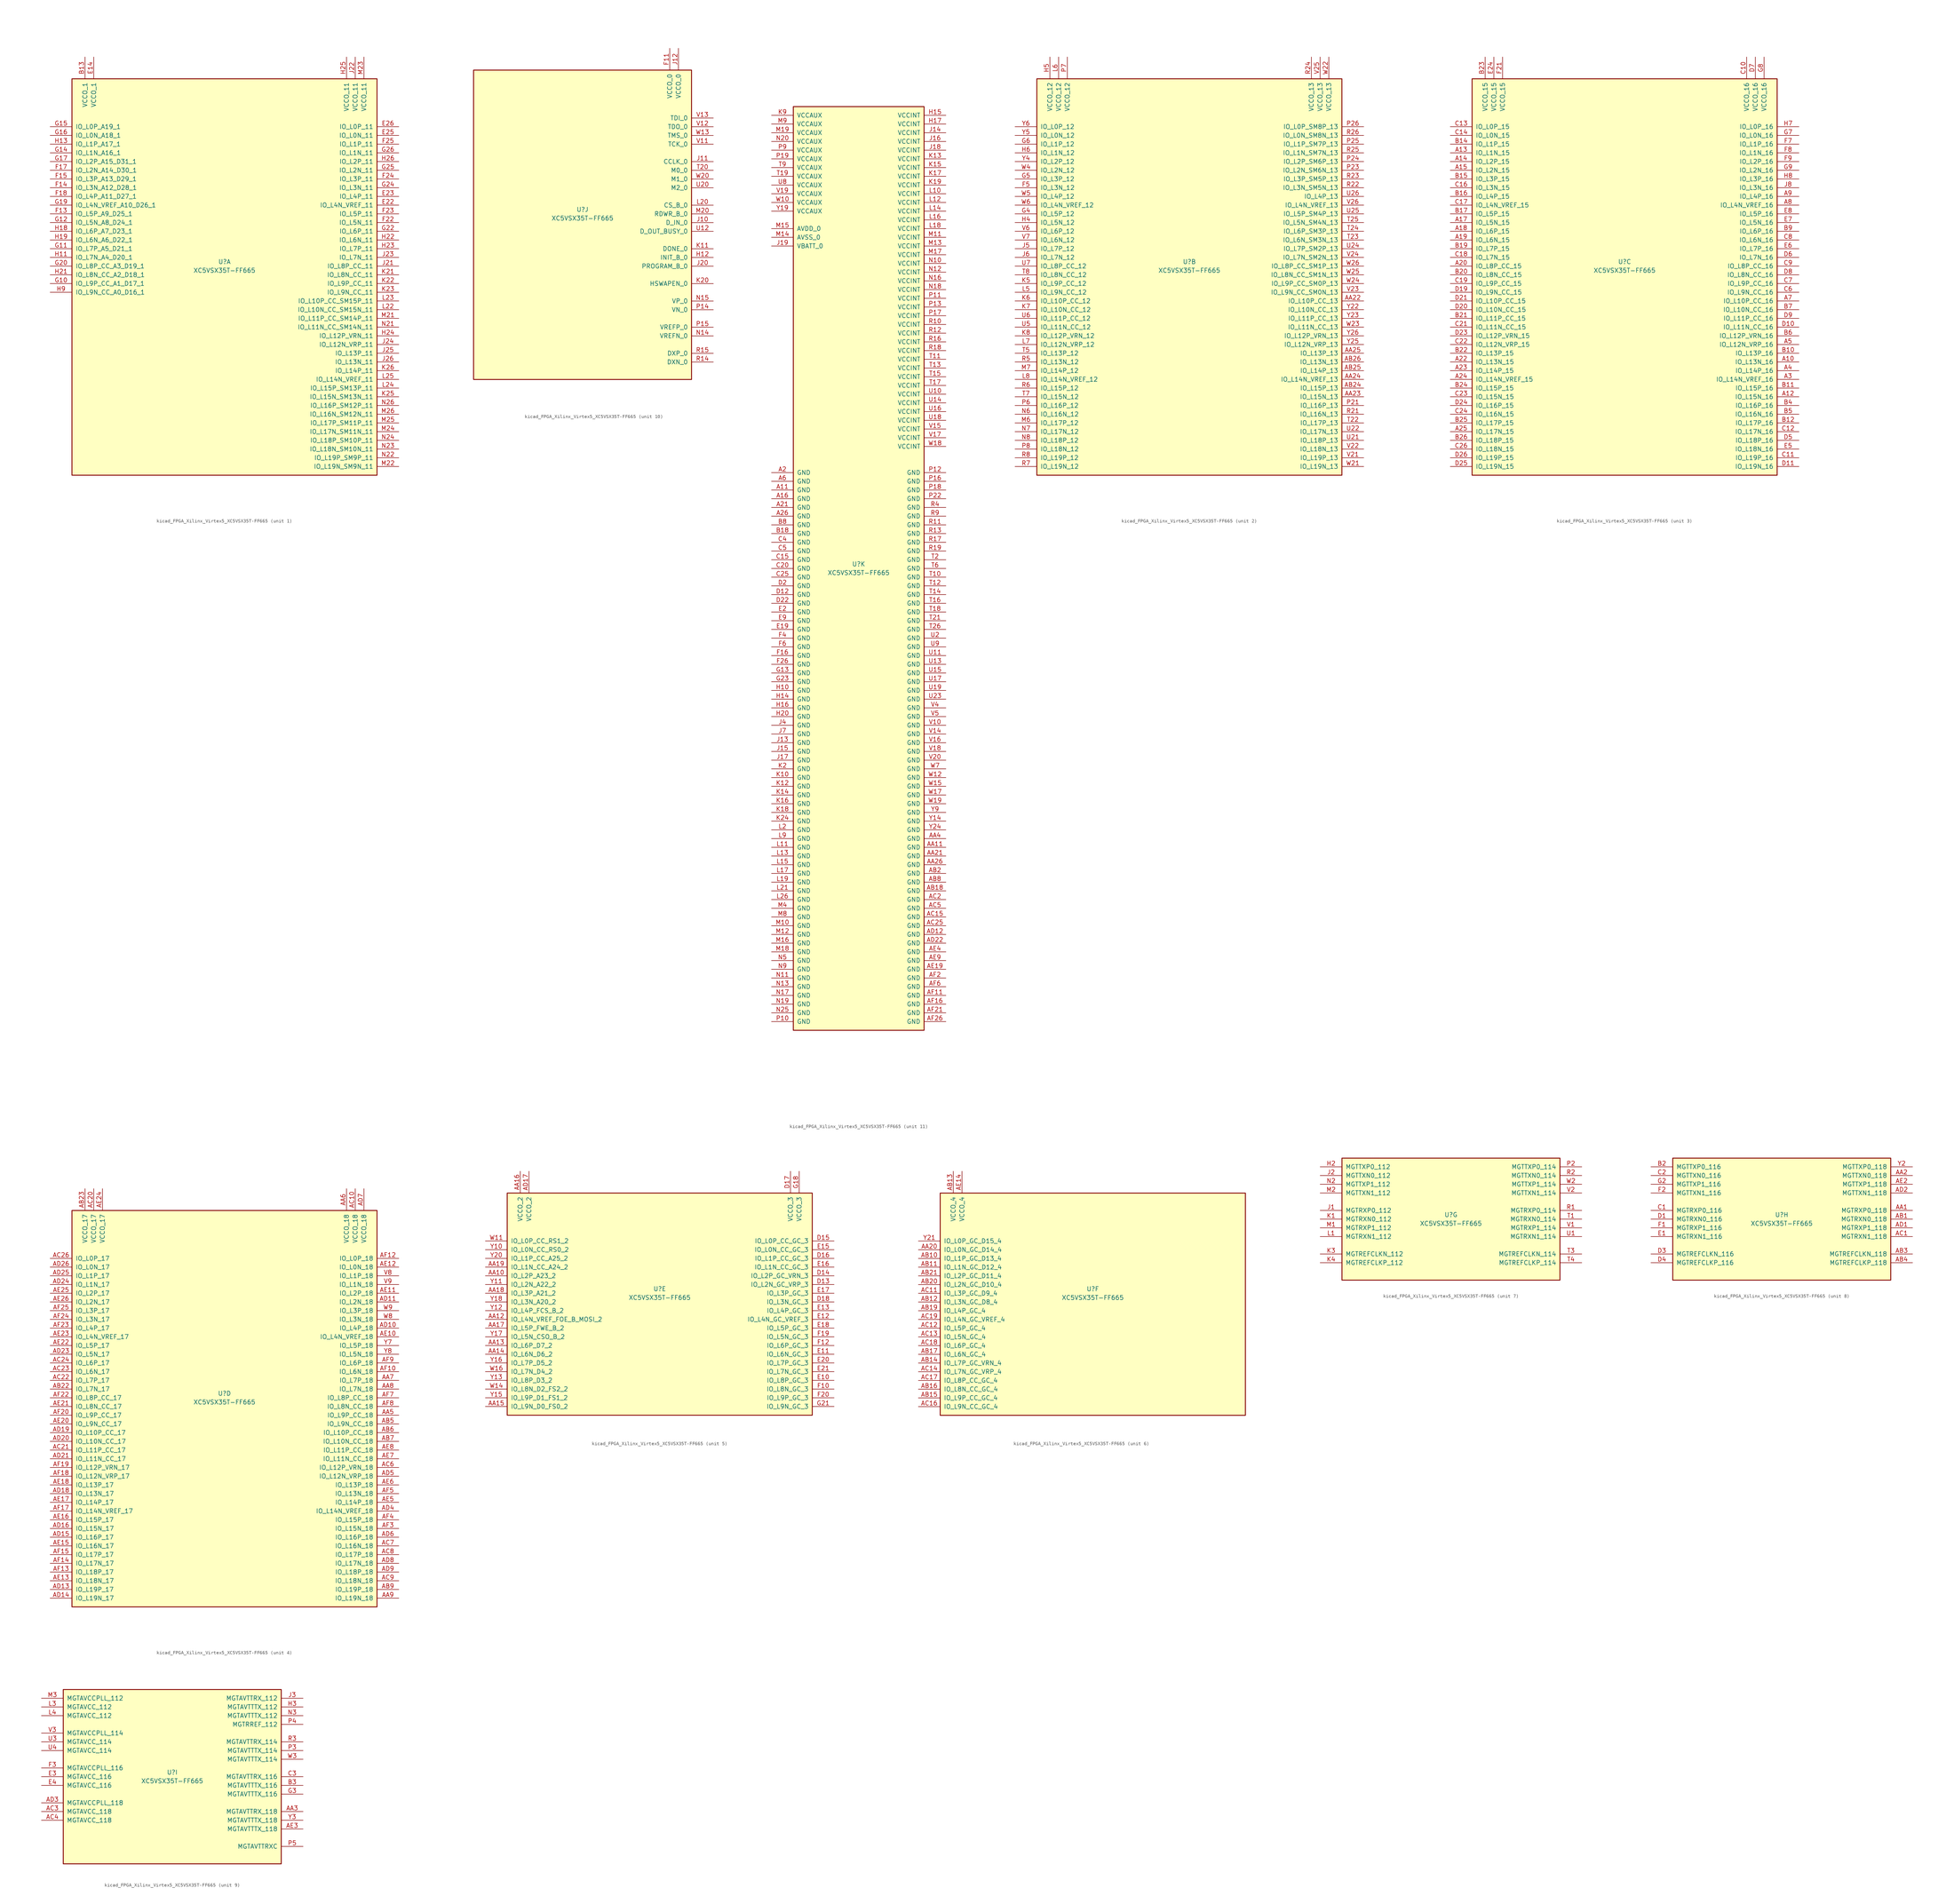
<source format=kicad_sym>
(kicad_symbol_lib
  (version 20220914)
  (generator kicad_symbol_editor)
  (symbol "kicad_FPGA_Xilinx_Virtex5_XC5VSX35T-FF665"
    (pin_names
      (offset 1.016))
    (property "Reference" "U"
      (at 0 1.27 0)
      (effects (font (size 1.27 1.27))))
    (property "Value" "XC5VSX35T-FF665"
      (at 0 -1.27 0)
      (effects (font (size 1.27 1.27))))
    (property "Datasheet" ""
      (at 0 0 0)
      (effects (font (size 1.27 1.27))))
    (property "ki_locked" ""
      (at 0 0 0)
      (effects (font (size 1.27 1.27))))
    (symbol "kicad_FPGA_Xilinx_Virtex5_XC5VSX35T-FF665_1_1"
      (rectangle (start -44.45 54.61) (end 44.45 -60.96) (stroke (width 0.254) (type default)) (fill (type background)))
      (pin power_in line (at -40.64 60.96 270) (length 6.35) (name "VCCO_1" (effects (font (size 1.27 1.27)))) (number "B13" (effects (font (size 1.27 1.27)))))
      (pin power_in line (at -38.1 60.96 270) (length 6.35) (name "VCCO_1" (effects (font (size 1.27 1.27)))) (number "E14" (effects (font (size 1.27 1.27)))))
      (pin bidirectional line (at 50.8 17.78 180) (length 6.35) (name "IO_L4N_VREF_11" (effects (font (size 1.27 1.27)))) (number "E22" (effects (font (size 1.27 1.27)))))
      (pin bidirectional line (at 50.8 20.32 180) (length 6.35) (name "IO_L4P_11" (effects (font (size 1.27 1.27)))) (number "E23" (effects (font (size 1.27 1.27)))))
      (pin bidirectional line (at 50.8 38.1 180) (length 6.35) (name "IO_L0N_11" (effects (font (size 1.27 1.27)))) (number "E25" (effects (font (size 1.27 1.27)))))
      (pin bidirectional line (at 50.8 40.64 180) (length 6.35) (name "IO_L0P_11" (effects (font (size 1.27 1.27)))) (number "E26" (effects (font (size 1.27 1.27)))))
      (pin bidirectional line (at -50.8 15.24 0) (length 6.35) (name "IO_L5P_A9_D25_1" (effects (font (size 1.27 1.27)))) (number "F13" (effects (font (size 1.27 1.27)))))
      (pin bidirectional line (at -50.8 22.86 0) (length 6.35) (name "IO_L3N_A12_D28_1" (effects (font (size 1.27 1.27)))) (number "F14" (effects (font (size 1.27 1.27)))))
      (pin bidirectional line (at -50.8 25.4 0) (length 6.35) (name "IO_L3P_A13_D29_1" (effects (font (size 1.27 1.27)))) (number "F15" (effects (font (size 1.27 1.27)))))
      (pin bidirectional line (at -50.8 27.94 0) (length 6.35) (name "IO_L2N_A14_D30_1" (effects (font (size 1.27 1.27)))) (number "F17" (effects (font (size 1.27 1.27)))))
      (pin bidirectional line (at -50.8 20.32 0) (length 6.35) (name "IO_L4P_A11_D27_1" (effects (font (size 1.27 1.27)))) (number "F18" (effects (font (size 1.27 1.27)))))
      (pin bidirectional line (at 50.8 12.7 180) (length 6.35) (name "IO_L5N_11" (effects (font (size 1.27 1.27)))) (number "F22" (effects (font (size 1.27 1.27)))))
      (pin bidirectional line (at 50.8 15.24 180) (length 6.35) (name "IO_L5P_11" (effects (font (size 1.27 1.27)))) (number "F23" (effects (font (size 1.27 1.27)))))
      (pin bidirectional line (at 50.8 25.4 180) (length 6.35) (name "IO_L3P_11" (effects (font (size 1.27 1.27)))) (number "F24" (effects (font (size 1.27 1.27)))))
      (pin bidirectional line (at 50.8 35.56 180) (length 6.35) (name "IO_L1P_11" (effects (font (size 1.27 1.27)))) (number "F25" (effects (font (size 1.27 1.27)))))
      (pin bidirectional line (at -50.8 -5.08 0) (length 6.35) (name "IO_L9P_CC_A1_D17_1" (effects (font (size 1.27 1.27)))) (number "G10" (effects (font (size 1.27 1.27)))))
      (pin bidirectional line (at -50.8 5.08 0) (length 6.35) (name "IO_L7P_A5_D21_1" (effects (font (size 1.27 1.27)))) (number "G11" (effects (font (size 1.27 1.27)))))
      (pin bidirectional line (at -50.8 12.7 0) (length 6.35) (name "IO_L5N_A8_D24_1" (effects (font (size 1.27 1.27)))) (number "G12" (effects (font (size 1.27 1.27)))))
      (pin bidirectional line (at -50.8 33.02 0) (length 6.35) (name "IO_L1N_A16_1" (effects (font (size 1.27 1.27)))) (number "G14" (effects (font (size 1.27 1.27)))))
      (pin bidirectional line (at -50.8 40.64 0) (length 6.35) (name "IO_L0P_A19_1" (effects (font (size 1.27 1.27)))) (number "G15" (effects (font (size 1.27 1.27)))))
      (pin bidirectional line (at -50.8 38.1 0) (length 6.35) (name "IO_L0N_A18_1" (effects (font (size 1.27 1.27)))) (number "G16" (effects (font (size 1.27 1.27)))))
      (pin bidirectional line (at -50.8 30.48 0) (length 6.35) (name "IO_L2P_A15_D31_1" (effects (font (size 1.27 1.27)))) (number "G17" (effects (font (size 1.27 1.27)))))
      (pin bidirectional line (at -50.8 17.78 0) (length 6.35) (name "IO_L4N_VREF_A10_D26_1" (effects (font (size 1.27 1.27)))) (number "G19" (effects (font (size 1.27 1.27)))))
      (pin bidirectional line (at -50.8 0 0) (length 6.35) (name "IO_L8P_CC_A3_D19_1" (effects (font (size 1.27 1.27)))) (number "G20" (effects (font (size 1.27 1.27)))))
      (pin bidirectional line (at 50.8 10.16 180) (length 6.35) (name "IO_L6P_11" (effects (font (size 1.27 1.27)))) (number "G22" (effects (font (size 1.27 1.27)))))
      (pin bidirectional line (at 50.8 22.86 180) (length 6.35) (name "IO_L3N_11" (effects (font (size 1.27 1.27)))) (number "G24" (effects (font (size 1.27 1.27)))))
      (pin bidirectional line (at 50.8 27.94 180) (length 6.35) (name "IO_L2N_11" (effects (font (size 1.27 1.27)))) (number "G25" (effects (font (size 1.27 1.27)))))
      (pin bidirectional line (at 50.8 33.02 180) (length 6.35) (name "IO_L1N_11" (effects (font (size 1.27 1.27)))) (number "G26" (effects (font (size 1.27 1.27)))))
      (pin bidirectional line (at -50.8 2.54 0) (length 6.35) (name "IO_L7N_A4_D20_1" (effects (font (size 1.27 1.27)))) (number "H11" (effects (font (size 1.27 1.27)))))
      (pin bidirectional line (at -50.8 35.56 0) (length 6.35) (name "IO_L1P_A17_1" (effects (font (size 1.27 1.27)))) (number "H13" (effects (font (size 1.27 1.27)))))
      (pin bidirectional line (at -50.8 10.16 0) (length 6.35) (name "IO_L6P_A7_D23_1" (effects (font (size 1.27 1.27)))) (number "H18" (effects (font (size 1.27 1.27)))))
      (pin bidirectional line (at -50.8 7.62 0) (length 6.35) (name "IO_L6N_A6_D22_1" (effects (font (size 1.27 1.27)))) (number "H19" (effects (font (size 1.27 1.27)))))
      (pin bidirectional line (at -50.8 -2.54 0) (length 6.35) (name "IO_L8N_CC_A2_D18_1" (effects (font (size 1.27 1.27)))) (number "H21" (effects (font (size 1.27 1.27)))))
      (pin bidirectional line (at 50.8 7.62 180) (length 6.35) (name "IO_L6N_11" (effects (font (size 1.27 1.27)))) (number "H22" (effects (font (size 1.27 1.27)))))
      (pin bidirectional line (at 50.8 5.08 180) (length 6.35) (name "IO_L7P_11" (effects (font (size 1.27 1.27)))) (number "H23" (effects (font (size 1.27 1.27)))))
      (pin bidirectional line (at 50.8 -20.32 180) (length 6.35) (name "IO_L12P_VRN_11" (effects (font (size 1.27 1.27)))) (number "H24" (effects (font (size 1.27 1.27)))))
      (pin power_in line (at 35.56 60.96 270) (length 6.35) (name "VCCO_11" (effects (font (size 1.27 1.27)))) (number "H25" (effects (font (size 1.27 1.27)))))
      (pin bidirectional line (at 50.8 30.48 180) (length 6.35) (name "IO_L2P_11" (effects (font (size 1.27 1.27)))) (number "H26" (effects (font (size 1.27 1.27)))))
      (pin bidirectional line (at -50.8 -7.62 0) (length 6.35) (name "IO_L9N_CC_A0_D16_1" (effects (font (size 1.27 1.27)))) (number "H9" (effects (font (size 1.27 1.27)))))
      (pin bidirectional line (at 50.8 0 180) (length 6.35) (name "IO_L8P_CC_11" (effects (font (size 1.27 1.27)))) (number "J21" (effects (font (size 1.27 1.27)))))
      (pin power_in line (at 38.1 60.96 270) (length 6.35) (name "VCCO_11" (effects (font (size 1.27 1.27)))) (number "J22" (effects (font (size 1.27 1.27)))))
      (pin bidirectional line (at 50.8 2.54 180) (length 6.35) (name "IO_L7N_11" (effects (font (size 1.27 1.27)))) (number "J23" (effects (font (size 1.27 1.27)))))
      (pin bidirectional line (at 50.8 -22.86 180) (length 6.35) (name "IO_L12N_VRP_11" (effects (font (size 1.27 1.27)))) (number "J24" (effects (font (size 1.27 1.27)))))
      (pin bidirectional line (at 50.8 -25.4 180) (length 6.35) (name "IO_L13P_11" (effects (font (size 1.27 1.27)))) (number "J25" (effects (font (size 1.27 1.27)))))
      (pin bidirectional line (at 50.8 -27.94 180) (length 6.35) (name "IO_L13N_11" (effects (font (size 1.27 1.27)))) (number "J26" (effects (font (size 1.27 1.27)))))
      (pin bidirectional line (at 50.8 -2.54 180) (length 6.35) (name "IO_L8N_CC_11" (effects (font (size 1.27 1.27)))) (number "K21" (effects (font (size 1.27 1.27)))))
      (pin bidirectional line (at 50.8 -5.08 180) (length 6.35) (name "IO_L9P_CC_11" (effects (font (size 1.27 1.27)))) (number "K22" (effects (font (size 1.27 1.27)))))
      (pin bidirectional line (at 50.8 -7.62 180) (length 6.35) (name "IO_L9N_CC_11" (effects (font (size 1.27 1.27)))) (number "K23" (effects (font (size 1.27 1.27)))))
      (pin bidirectional line (at 50.8 -38.1 180) (length 6.35) (name "IO_L15N_SM13N_11" (effects (font (size 1.27 1.27)))) (number "K25" (effects (font (size 1.27 1.27)))))
      (pin bidirectional line (at 50.8 -30.48 180) (length 6.35) (name "IO_L14P_11" (effects (font (size 1.27 1.27)))) (number "K26" (effects (font (size 1.27 1.27)))))
      (pin bidirectional line (at 50.8 -12.7 180) (length 6.35) (name "IO_L10N_CC_SM15N_11" (effects (font (size 1.27 1.27)))) (number "L22" (effects (font (size 1.27 1.27)))))
      (pin bidirectional line (at 50.8 -10.16 180) (length 6.35) (name "IO_L10P_CC_SM15P_11" (effects (font (size 1.27 1.27)))) (number "L23" (effects (font (size 1.27 1.27)))))
      (pin bidirectional line (at 50.8 -35.56 180) (length 6.35) (name "IO_L15P_SM13P_11" (effects (font (size 1.27 1.27)))) (number "L24" (effects (font (size 1.27 1.27)))))
      (pin bidirectional line (at 50.8 -33.02 180) (length 6.35) (name "IO_L14N_VREF_11" (effects (font (size 1.27 1.27)))) (number "L25" (effects (font (size 1.27 1.27)))))
      (pin bidirectional line (at 50.8 -15.24 180) (length 6.35) (name "IO_L11P_CC_SM14P_11" (effects (font (size 1.27 1.27)))) (number "M21" (effects (font (size 1.27 1.27)))))
      (pin bidirectional line (at 50.8 -58.42 180) (length 6.35) (name "IO_L19N_SM9N_11" (effects (font (size 1.27 1.27)))) (number "M22" (effects (font (size 1.27 1.27)))))
      (pin power_in line (at 40.64 60.96 270) (length 6.35) (name "VCCO_11" (effects (font (size 1.27 1.27)))) (number "M23" (effects (font (size 1.27 1.27)))))
      (pin bidirectional line (at 50.8 -48.26 180) (length 6.35) (name "IO_L17N_SM11N_11" (effects (font (size 1.27 1.27)))) (number "M24" (effects (font (size 1.27 1.27)))))
      (pin bidirectional line (at 50.8 -45.72 180) (length 6.35) (name "IO_L17P_SM11P_11" (effects (font (size 1.27 1.27)))) (number "M25" (effects (font (size 1.27 1.27)))))
      (pin bidirectional line (at 50.8 -43.18 180) (length 6.35) (name "IO_L16N_SM12N_11" (effects (font (size 1.27 1.27)))) (number "M26" (effects (font (size 1.27 1.27)))))
      (pin bidirectional line (at 50.8 -17.78 180) (length 6.35) (name "IO_L11N_CC_SM14N_11" (effects (font (size 1.27 1.27)))) (number "N21" (effects (font (size 1.27 1.27)))))
      (pin bidirectional line (at 50.8 -55.88 180) (length 6.35) (name "IO_L19P_SM9P_11" (effects (font (size 1.27 1.27)))) (number "N22" (effects (font (size 1.27 1.27)))))
      (pin bidirectional line (at 50.8 -53.34 180) (length 6.35) (name "IO_L18N_SM10N_11" (effects (font (size 1.27 1.27)))) (number "N23" (effects (font (size 1.27 1.27)))))
      (pin bidirectional line (at 50.8 -50.8 180) (length 6.35) (name "IO_L18P_SM10P_11" (effects (font (size 1.27 1.27)))) (number "N24" (effects (font (size 1.27 1.27)))))
      (pin bidirectional line (at 50.8 -40.64 180) (length 6.35) (name "IO_L16P_SM12P_11" (effects (font (size 1.27 1.27)))) (number "N26" (effects (font (size 1.27 1.27))))))
    (symbol "kicad_FPGA_Xilinx_Virtex5_XC5VSX35T-FF665_2_1"
      (rectangle (start -44.45 54.61) (end 44.45 -60.96) (stroke (width 0.254) (type default)) (fill (type background)))
      (pin bidirectional line (at 50.8 -10.16 180) (length 6.35) (name "IO_L10P_CC_13" (effects (font (size 1.27 1.27)))) (number "AA22" (effects (font (size 1.27 1.27)))))
      (pin bidirectional line (at 50.8 -38.1 180) (length 6.35) (name "IO_L15N_13" (effects (font (size 1.27 1.27)))) (number "AA23" (effects (font (size 1.27 1.27)))))
      (pin bidirectional line (at 50.8 -33.02 180) (length 6.35) (name "IO_L14N_VREF_13" (effects (font (size 1.27 1.27)))) (number "AA24" (effects (font (size 1.27 1.27)))))
      (pin bidirectional line (at 50.8 -25.4 180) (length 6.35) (name "IO_L13P_13" (effects (font (size 1.27 1.27)))) (number "AA25" (effects (font (size 1.27 1.27)))))
      (pin bidirectional line (at 50.8 -35.56 180) (length 6.35) (name "IO_L15P_13" (effects (font (size 1.27 1.27)))) (number "AB24" (effects (font (size 1.27 1.27)))))
      (pin bidirectional line (at 50.8 -30.48 180) (length 6.35) (name "IO_L14P_13" (effects (font (size 1.27 1.27)))) (number "AB25" (effects (font (size 1.27 1.27)))))
      (pin bidirectional line (at 50.8 -27.94 180) (length 6.35) (name "IO_L13N_13" (effects (font (size 1.27 1.27)))) (number "AB26" (effects (font (size 1.27 1.27)))))
      (pin bidirectional line (at -50.8 22.86 0) (length 6.35) (name "IO_L3N_12" (effects (font (size 1.27 1.27)))) (number "F5" (effects (font (size 1.27 1.27)))))
      (pin bidirectional line (at -50.8 15.24 0) (length 6.35) (name "IO_L5P_12" (effects (font (size 1.27 1.27)))) (number "G4" (effects (font (size 1.27 1.27)))))
      (pin bidirectional line (at -50.8 25.4 0) (length 6.35) (name "IO_L3P_12" (effects (font (size 1.27 1.27)))) (number "G5" (effects (font (size 1.27 1.27)))))
      (pin bidirectional line (at -50.8 35.56 0) (length 6.35) (name "IO_L1P_12" (effects (font (size 1.27 1.27)))) (number "G6" (effects (font (size 1.27 1.27)))))
      (pin bidirectional line (at -50.8 12.7 0) (length 6.35) (name "IO_L5N_12" (effects (font (size 1.27 1.27)))) (number "H4" (effects (font (size 1.27 1.27)))))
      (pin power_in line (at -40.64 60.96 270) (length 6.35) (name "VCCO_12" (effects (font (size 1.27 1.27)))) (number "H5" (effects (font (size 1.27 1.27)))))
      (pin bidirectional line (at -50.8 33.02 0) (length 6.35) (name "IO_L1N_12" (effects (font (size 1.27 1.27)))) (number "H6" (effects (font (size 1.27 1.27)))))
      (pin bidirectional line (at -50.8 5.08 0) (length 6.35) (name "IO_L7P_12" (effects (font (size 1.27 1.27)))) (number "J5" (effects (font (size 1.27 1.27)))))
      (pin bidirectional line (at -50.8 2.54 0) (length 6.35) (name "IO_L7N_12" (effects (font (size 1.27 1.27)))) (number "J6" (effects (font (size 1.27 1.27)))))
      (pin bidirectional line (at -50.8 -5.08 0) (length 6.35) (name "IO_L9P_CC_12" (effects (font (size 1.27 1.27)))) (number "K5" (effects (font (size 1.27 1.27)))))
      (pin bidirectional line (at -50.8 -10.16 0) (length 6.35) (name "IO_L10P_CC_12" (effects (font (size 1.27 1.27)))) (number "K6" (effects (font (size 1.27 1.27)))))
      (pin bidirectional line (at -50.8 -12.7 0) (length 6.35) (name "IO_L10N_CC_12" (effects (font (size 1.27 1.27)))) (number "K7" (effects (font (size 1.27 1.27)))))
      (pin bidirectional line (at -50.8 -20.32 0) (length 6.35) (name "IO_L12P_VRN_12" (effects (font (size 1.27 1.27)))) (number "K8" (effects (font (size 1.27 1.27)))))
      (pin bidirectional line (at -50.8 -7.62 0) (length 6.35) (name "IO_L9N_CC_12" (effects (font (size 1.27 1.27)))) (number "L5" (effects (font (size 1.27 1.27)))))
      (pin power_in line (at -38.1 60.96 270) (length 6.35) (name "VCCO_12" (effects (font (size 1.27 1.27)))) (number "L6" (effects (font (size 1.27 1.27)))))
      (pin bidirectional line (at -50.8 -22.86 0) (length 6.35) (name "IO_L12N_VRP_12" (effects (font (size 1.27 1.27)))) (number "L7" (effects (font (size 1.27 1.27)))))
      (pin bidirectional line (at -50.8 -33.02 0) (length 6.35) (name "IO_L14N_VREF_12" (effects (font (size 1.27 1.27)))) (number "L8" (effects (font (size 1.27 1.27)))))
      (pin bidirectional line (at -50.8 -45.72 0) (length 6.35) (name "IO_L17P_12" (effects (font (size 1.27 1.27)))) (number "M6" (effects (font (size 1.27 1.27)))))
      (pin bidirectional line (at -50.8 -30.48 0) (length 6.35) (name "IO_L14P_12" (effects (font (size 1.27 1.27)))) (number "M7" (effects (font (size 1.27 1.27)))))
      (pin bidirectional line (at -50.8 -43.18 0) (length 6.35) (name "IO_L16N_12" (effects (font (size 1.27 1.27)))) (number "N6" (effects (font (size 1.27 1.27)))))
      (pin bidirectional line (at -50.8 -48.26 0) (length 6.35) (name "IO_L17N_12" (effects (font (size 1.27 1.27)))) (number "N7" (effects (font (size 1.27 1.27)))))
      (pin bidirectional line (at -50.8 -50.8 0) (length 6.35) (name "IO_L18P_12" (effects (font (size 1.27 1.27)))) (number "N8" (effects (font (size 1.27 1.27)))))
      (pin bidirectional line (at 50.8 -40.64 180) (length 6.35) (name "IO_L16P_13" (effects (font (size 1.27 1.27)))) (number "P21" (effects (font (size 1.27 1.27)))))
      (pin bidirectional line (at 50.8 27.94 180) (length 6.35) (name "IO_L2N_SM6N_13" (effects (font (size 1.27 1.27)))) (number "P23" (effects (font (size 1.27 1.27)))))
      (pin bidirectional line (at 50.8 30.48 180) (length 6.35) (name "IO_L2P_SM6P_13" (effects (font (size 1.27 1.27)))) (number "P24" (effects (font (size 1.27 1.27)))))
      (pin bidirectional line (at 50.8 35.56 180) (length 6.35) (name "IO_L1P_SM7P_13" (effects (font (size 1.27 1.27)))) (number "P25" (effects (font (size 1.27 1.27)))))
      (pin bidirectional line (at 50.8 40.64 180) (length 6.35) (name "IO_L0P_SM8P_13" (effects (font (size 1.27 1.27)))) (number "P26" (effects (font (size 1.27 1.27)))))
      (pin bidirectional line (at -50.8 -40.64 0) (length 6.35) (name "IO_L16P_12" (effects (font (size 1.27 1.27)))) (number "P6" (effects (font (size 1.27 1.27)))))
      (pin power_in line (at -35.56 60.96 270) (length 6.35) (name "VCCO_12" (effects (font (size 1.27 1.27)))) (number "P7" (effects (font (size 1.27 1.27)))))
      (pin bidirectional line (at -50.8 -53.34 0) (length 6.35) (name "IO_L18N_12" (effects (font (size 1.27 1.27)))) (number "P8" (effects (font (size 1.27 1.27)))))
      (pin bidirectional line (at 50.8 -43.18 180) (length 6.35) (name "IO_L16N_13" (effects (font (size 1.27 1.27)))) (number "R21" (effects (font (size 1.27 1.27)))))
      (pin bidirectional line (at 50.8 22.86 180) (length 6.35) (name "IO_L3N_SM5N_13" (effects (font (size 1.27 1.27)))) (number "R22" (effects (font (size 1.27 1.27)))))
      (pin bidirectional line (at 50.8 25.4 180) (length 6.35) (name "IO_L3P_SM5P_13" (effects (font (size 1.27 1.27)))) (number "R23" (effects (font (size 1.27 1.27)))))
      (pin power_in line (at 35.56 60.96 270) (length 6.35) (name "VCCO_13" (effects (font (size 1.27 1.27)))) (number "R24" (effects (font (size 1.27 1.27)))))
      (pin bidirectional line (at 50.8 33.02 180) (length 6.35) (name "IO_L1N_SM7N_13" (effects (font (size 1.27 1.27)))) (number "R25" (effects (font (size 1.27 1.27)))))
      (pin bidirectional line (at 50.8 38.1 180) (length 6.35) (name "IO_L0N_SM8N_13" (effects (font (size 1.27 1.27)))) (number "R26" (effects (font (size 1.27 1.27)))))
      (pin bidirectional line (at -50.8 -27.94 0) (length 6.35) (name "IO_L13N_12" (effects (font (size 1.27 1.27)))) (number "R5" (effects (font (size 1.27 1.27)))))
      (pin bidirectional line (at -50.8 -35.56 0) (length 6.35) (name "IO_L15P_12" (effects (font (size 1.27 1.27)))) (number "R6" (effects (font (size 1.27 1.27)))))
      (pin bidirectional line (at -50.8 -58.42 0) (length 6.35) (name "IO_L19N_12" (effects (font (size 1.27 1.27)))) (number "R7" (effects (font (size 1.27 1.27)))))
      (pin bidirectional line (at -50.8 -55.88 0) (length 6.35) (name "IO_L19P_12" (effects (font (size 1.27 1.27)))) (number "R8" (effects (font (size 1.27 1.27)))))
      (pin bidirectional line (at 50.8 -45.72 180) (length 6.35) (name "IO_L17P_13" (effects (font (size 1.27 1.27)))) (number "T22" (effects (font (size 1.27 1.27)))))
      (pin bidirectional line (at 50.8 7.62 180) (length 6.35) (name "IO_L6N_SM3N_13" (effects (font (size 1.27 1.27)))) (number "T23" (effects (font (size 1.27 1.27)))))
      (pin bidirectional line (at 50.8 10.16 180) (length 6.35) (name "IO_L6P_SM3P_13" (effects (font (size 1.27 1.27)))) (number "T24" (effects (font (size 1.27 1.27)))))
      (pin bidirectional line (at 50.8 12.7 180) (length 6.35) (name "IO_L5N_SM4N_13" (effects (font (size 1.27 1.27)))) (number "T25" (effects (font (size 1.27 1.27)))))
      (pin bidirectional line (at -50.8 -25.4 0) (length 6.35) (name "IO_L13P_12" (effects (font (size 1.27 1.27)))) (number "T5" (effects (font (size 1.27 1.27)))))
      (pin bidirectional line (at -50.8 -38.1 0) (length 6.35) (name "IO_L15N_12" (effects (font (size 1.27 1.27)))) (number "T7" (effects (font (size 1.27 1.27)))))
      (pin bidirectional line (at -50.8 -2.54 0) (length 6.35) (name "IO_L8N_CC_12" (effects (font (size 1.27 1.27)))) (number "T8" (effects (font (size 1.27 1.27)))))
      (pin bidirectional line (at 50.8 -50.8 180) (length 6.35) (name "IO_L18P_13" (effects (font (size 1.27 1.27)))) (number "U21" (effects (font (size 1.27 1.27)))))
      (pin bidirectional line (at 50.8 -48.26 180) (length 6.35) (name "IO_L17N_13" (effects (font (size 1.27 1.27)))) (number "U22" (effects (font (size 1.27 1.27)))))
      (pin bidirectional line (at 50.8 5.08 180) (length 6.35) (name "IO_L7P_SM2P_13" (effects (font (size 1.27 1.27)))) (number "U24" (effects (font (size 1.27 1.27)))))
      (pin bidirectional line (at 50.8 15.24 180) (length 6.35) (name "IO_L5P_SM4P_13" (effects (font (size 1.27 1.27)))) (number "U25" (effects (font (size 1.27 1.27)))))
      (pin bidirectional line (at 50.8 20.32 180) (length 6.35) (name "IO_L4P_13" (effects (font (size 1.27 1.27)))) (number "U26" (effects (font (size 1.27 1.27)))))
      (pin bidirectional line (at -50.8 -17.78 0) (length 6.35) (name "IO_L11N_CC_12" (effects (font (size 1.27 1.27)))) (number "U5" (effects (font (size 1.27 1.27)))))
      (pin bidirectional line (at -50.8 -15.24 0) (length 6.35) (name "IO_L11P_CC_12" (effects (font (size 1.27 1.27)))) (number "U6" (effects (font (size 1.27 1.27)))))
      (pin bidirectional line (at -50.8 0 0) (length 6.35) (name "IO_L8P_CC_12" (effects (font (size 1.27 1.27)))) (number "U7" (effects (font (size 1.27 1.27)))))
      (pin bidirectional line (at 50.8 -55.88 180) (length 6.35) (name "IO_L19P_13" (effects (font (size 1.27 1.27)))) (number "V21" (effects (font (size 1.27 1.27)))))
      (pin bidirectional line (at 50.8 -53.34 180) (length 6.35) (name "IO_L18N_13" (effects (font (size 1.27 1.27)))) (number "V22" (effects (font (size 1.27 1.27)))))
      (pin bidirectional line (at 50.8 -7.62 180) (length 6.35) (name "IO_L9N_CC_SM0N_13" (effects (font (size 1.27 1.27)))) (number "V23" (effects (font (size 1.27 1.27)))))
      (pin bidirectional line (at 50.8 2.54 180) (length 6.35) (name "IO_L7N_SM2N_13" (effects (font (size 1.27 1.27)))) (number "V24" (effects (font (size 1.27 1.27)))))
      (pin power_in line (at 38.1 60.96 270) (length 6.35) (name "VCCO_13" (effects (font (size 1.27 1.27)))) (number "V25" (effects (font (size 1.27 1.27)))))
      (pin bidirectional line (at 50.8 17.78 180) (length 6.35) (name "IO_L4N_VREF_13" (effects (font (size 1.27 1.27)))) (number "V26" (effects (font (size 1.27 1.27)))))
      (pin bidirectional line (at -50.8 10.16 0) (length 6.35) (name "IO_L6P_12" (effects (font (size 1.27 1.27)))) (number "V6" (effects (font (size 1.27 1.27)))))
      (pin bidirectional line (at -50.8 7.62 0) (length 6.35) (name "IO_L6N_12" (effects (font (size 1.27 1.27)))) (number "V7" (effects (font (size 1.27 1.27)))))
      (pin bidirectional line (at 50.8 -58.42 180) (length 6.35) (name "IO_L19N_13" (effects (font (size 1.27 1.27)))) (number "W21" (effects (font (size 1.27 1.27)))))
      (pin power_in line (at 40.64 60.96 270) (length 6.35) (name "VCCO_13" (effects (font (size 1.27 1.27)))) (number "W22" (effects (font (size 1.27 1.27)))))
      (pin bidirectional line (at 50.8 -17.78 180) (length 6.35) (name "IO_L11N_CC_13" (effects (font (size 1.27 1.27)))) (number "W23" (effects (font (size 1.27 1.27)))))
      (pin bidirectional line (at 50.8 -5.08 180) (length 6.35) (name "IO_L9P_CC_SM0P_13" (effects (font (size 1.27 1.27)))) (number "W24" (effects (font (size 1.27 1.27)))))
      (pin bidirectional line (at 50.8 -2.54 180) (length 6.35) (name "IO_L8N_CC_SM1N_13" (effects (font (size 1.27 1.27)))) (number "W25" (effects (font (size 1.27 1.27)))))
      (pin bidirectional line (at 50.8 0 180) (length 6.35) (name "IO_L8P_CC_SM1P_13" (effects (font (size 1.27 1.27)))) (number "W26" (effects (font (size 1.27 1.27)))))
      (pin bidirectional line (at -50.8 27.94 0) (length 6.35) (name "IO_L2N_12" (effects (font (size 1.27 1.27)))) (number "W4" (effects (font (size 1.27 1.27)))))
      (pin bidirectional line (at -50.8 20.32 0) (length 6.35) (name "IO_L4P_12" (effects (font (size 1.27 1.27)))) (number "W5" (effects (font (size 1.27 1.27)))))
      (pin bidirectional line (at -50.8 17.78 0) (length 6.35) (name "IO_L4N_VREF_12" (effects (font (size 1.27 1.27)))) (number "W6" (effects (font (size 1.27 1.27)))))
      (pin bidirectional line (at 50.8 -12.7 180) (length 6.35) (name "IO_L10N_CC_13" (effects (font (size 1.27 1.27)))) (number "Y22" (effects (font (size 1.27 1.27)))))
      (pin bidirectional line (at 50.8 -15.24 180) (length 6.35) (name "IO_L11P_CC_13" (effects (font (size 1.27 1.27)))) (number "Y23" (effects (font (size 1.27 1.27)))))
      (pin bidirectional line (at 50.8 -22.86 180) (length 6.35) (name "IO_L12N_VRP_13" (effects (font (size 1.27 1.27)))) (number "Y25" (effects (font (size 1.27 1.27)))))
      (pin bidirectional line (at 50.8 -20.32 180) (length 6.35) (name "IO_L12P_VRN_13" (effects (font (size 1.27 1.27)))) (number "Y26" (effects (font (size 1.27 1.27)))))
      (pin bidirectional line (at -50.8 30.48 0) (length 6.35) (name "IO_L2P_12" (effects (font (size 1.27 1.27)))) (number "Y4" (effects (font (size 1.27 1.27)))))
      (pin bidirectional line (at -50.8 38.1 0) (length 6.35) (name "IO_L0N_12" (effects (font (size 1.27 1.27)))) (number "Y5" (effects (font (size 1.27 1.27)))))
      (pin bidirectional line (at -50.8 40.64 0) (length 6.35) (name "IO_L0P_12" (effects (font (size 1.27 1.27)))) (number "Y6" (effects (font (size 1.27 1.27))))))
    (symbol "kicad_FPGA_Xilinx_Virtex5_XC5VSX35T-FF665_3_1"
      (rectangle (start -44.45 54.61) (end 44.45 -60.96) (stroke (width 0.254) (type default)) (fill (type background)))
      (pin bidirectional line (at 50.8 -27.94 180) (length 6.35) (name "IO_L13N_16" (effects (font (size 1.27 1.27)))) (number "A10" (effects (font (size 1.27 1.27)))))
      (pin bidirectional line (at 50.8 -38.1 180) (length 6.35) (name "IO_L15N_16" (effects (font (size 1.27 1.27)))) (number "A12" (effects (font (size 1.27 1.27)))))
      (pin bidirectional line (at -50.8 33.02 0) (length 6.35) (name "IO_L1N_15" (effects (font (size 1.27 1.27)))) (number "A13" (effects (font (size 1.27 1.27)))))
      (pin bidirectional line (at -50.8 30.48 0) (length 6.35) (name "IO_L2P_15" (effects (font (size 1.27 1.27)))) (number "A14" (effects (font (size 1.27 1.27)))))
      (pin bidirectional line (at -50.8 27.94 0) (length 6.35) (name "IO_L2N_15" (effects (font (size 1.27 1.27)))) (number "A15" (effects (font (size 1.27 1.27)))))
      (pin bidirectional line (at -50.8 12.7 0) (length 6.35) (name "IO_L5N_15" (effects (font (size 1.27 1.27)))) (number "A17" (effects (font (size 1.27 1.27)))))
      (pin bidirectional line (at -50.8 10.16 0) (length 6.35) (name "IO_L6P_15" (effects (font (size 1.27 1.27)))) (number "A18" (effects (font (size 1.27 1.27)))))
      (pin bidirectional line (at -50.8 7.62 0) (length 6.35) (name "IO_L6N_15" (effects (font (size 1.27 1.27)))) (number "A19" (effects (font (size 1.27 1.27)))))
      (pin bidirectional line (at -50.8 0 0) (length 6.35) (name "IO_L8P_CC_15" (effects (font (size 1.27 1.27)))) (number "A20" (effects (font (size 1.27 1.27)))))
      (pin bidirectional line (at -50.8 -27.94 0) (length 6.35) (name "IO_L13N_15" (effects (font (size 1.27 1.27)))) (number "A22" (effects (font (size 1.27 1.27)))))
      (pin bidirectional line (at -50.8 -30.48 0) (length 6.35) (name "IO_L14P_15" (effects (font (size 1.27 1.27)))) (number "A23" (effects (font (size 1.27 1.27)))))
      (pin bidirectional line (at -50.8 -33.02 0) (length 6.35) (name "IO_L14N_VREF_15" (effects (font (size 1.27 1.27)))) (number "A24" (effects (font (size 1.27 1.27)))))
      (pin bidirectional line (at -50.8 -48.26 0) (length 6.35) (name "IO_L17N_15" (effects (font (size 1.27 1.27)))) (number "A25" (effects (font (size 1.27 1.27)))))
      (pin bidirectional line (at 50.8 -33.02 180) (length 6.35) (name "IO_L14N_VREF_16" (effects (font (size 1.27 1.27)))) (number "A3" (effects (font (size 1.27 1.27)))))
      (pin bidirectional line (at 50.8 -30.48 180) (length 6.35) (name "IO_L14P_16" (effects (font (size 1.27 1.27)))) (number "A4" (effects (font (size 1.27 1.27)))))
      (pin bidirectional line (at 50.8 -22.86 180) (length 6.35) (name "IO_L12N_VRP_16" (effects (font (size 1.27 1.27)))) (number "A5" (effects (font (size 1.27 1.27)))))
      (pin bidirectional line (at 50.8 -10.16 180) (length 6.35) (name "IO_L10P_CC_16" (effects (font (size 1.27 1.27)))) (number "A7" (effects (font (size 1.27 1.27)))))
      (pin bidirectional line (at 50.8 17.78 180) (length 6.35) (name "IO_L4N_VREF_16" (effects (font (size 1.27 1.27)))) (number "A8" (effects (font (size 1.27 1.27)))))
      (pin bidirectional line (at 50.8 20.32 180) (length 6.35) (name "IO_L4P_16" (effects (font (size 1.27 1.27)))) (number "A9" (effects (font (size 1.27 1.27)))))
      (pin bidirectional line (at 50.8 -25.4 180) (length 6.35) (name "IO_L13P_16" (effects (font (size 1.27 1.27)))) (number "B10" (effects (font (size 1.27 1.27)))))
      (pin bidirectional line (at 50.8 -35.56 180) (length 6.35) (name "IO_L15P_16" (effects (font (size 1.27 1.27)))) (number "B11" (effects (font (size 1.27 1.27)))))
      (pin bidirectional line (at 50.8 -45.72 180) (length 6.35) (name "IO_L17P_16" (effects (font (size 1.27 1.27)))) (number "B12" (effects (font (size 1.27 1.27)))))
      (pin bidirectional line (at -50.8 35.56 0) (length 6.35) (name "IO_L1P_15" (effects (font (size 1.27 1.27)))) (number "B14" (effects (font (size 1.27 1.27)))))
      (pin bidirectional line (at -50.8 25.4 0) (length 6.35) (name "IO_L3P_15" (effects (font (size 1.27 1.27)))) (number "B15" (effects (font (size 1.27 1.27)))))
      (pin bidirectional line (at -50.8 20.32 0) (length 6.35) (name "IO_L4P_15" (effects (font (size 1.27 1.27)))) (number "B16" (effects (font (size 1.27 1.27)))))
      (pin bidirectional line (at -50.8 15.24 0) (length 6.35) (name "IO_L5P_15" (effects (font (size 1.27 1.27)))) (number "B17" (effects (font (size 1.27 1.27)))))
      (pin bidirectional line (at -50.8 5.08 0) (length 6.35) (name "IO_L7P_15" (effects (font (size 1.27 1.27)))) (number "B19" (effects (font (size 1.27 1.27)))))
      (pin bidirectional line (at -50.8 -2.54 0) (length 6.35) (name "IO_L8N_CC_15" (effects (font (size 1.27 1.27)))) (number "B20" (effects (font (size 1.27 1.27)))))
      (pin bidirectional line (at -50.8 -15.24 0) (length 6.35) (name "IO_L11P_CC_15" (effects (font (size 1.27 1.27)))) (number "B21" (effects (font (size 1.27 1.27)))))
      (pin bidirectional line (at -50.8 -25.4 0) (length 6.35) (name "IO_L13P_15" (effects (font (size 1.27 1.27)))) (number "B22" (effects (font (size 1.27 1.27)))))
      (pin power_in line (at -40.64 60.96 270) (length 6.35) (name "VCCO_15" (effects (font (size 1.27 1.27)))) (number "B23" (effects (font (size 1.27 1.27)))))
      (pin bidirectional line (at -50.8 -35.56 0) (length 6.35) (name "IO_L15P_15" (effects (font (size 1.27 1.27)))) (number "B24" (effects (font (size 1.27 1.27)))))
      (pin bidirectional line (at -50.8 -45.72 0) (length 6.35) (name "IO_L17P_15" (effects (font (size 1.27 1.27)))) (number "B25" (effects (font (size 1.27 1.27)))))
      (pin bidirectional line (at -50.8 -50.8 0) (length 6.35) (name "IO_L18P_15" (effects (font (size 1.27 1.27)))) (number "B26" (effects (font (size 1.27 1.27)))))
      (pin bidirectional line (at 50.8 -40.64 180) (length 6.35) (name "IO_L16P_16" (effects (font (size 1.27 1.27)))) (number "B4" (effects (font (size 1.27 1.27)))))
      (pin bidirectional line (at 50.8 -43.18 180) (length 6.35) (name "IO_L16N_16" (effects (font (size 1.27 1.27)))) (number "B5" (effects (font (size 1.27 1.27)))))
      (pin bidirectional line (at 50.8 -20.32 180) (length 6.35) (name "IO_L12P_VRN_16" (effects (font (size 1.27 1.27)))) (number "B6" (effects (font (size 1.27 1.27)))))
      (pin bidirectional line (at 50.8 -12.7 180) (length 6.35) (name "IO_L10N_CC_16" (effects (font (size 1.27 1.27)))) (number "B7" (effects (font (size 1.27 1.27)))))
      (pin bidirectional line (at 50.8 10.16 180) (length 6.35) (name "IO_L6P_16" (effects (font (size 1.27 1.27)))) (number "B9" (effects (font (size 1.27 1.27)))))
      (pin power_in line (at 35.56 60.96 270) (length 6.35) (name "VCCO_16" (effects (font (size 1.27 1.27)))) (number "C10" (effects (font (size 1.27 1.27)))))
      (pin bidirectional line (at 50.8 -55.88 180) (length 6.35) (name "IO_L19P_16" (effects (font (size 1.27 1.27)))) (number "C11" (effects (font (size 1.27 1.27)))))
      (pin bidirectional line (at 50.8 -48.26 180) (length 6.35) (name "IO_L17N_16" (effects (font (size 1.27 1.27)))) (number "C12" (effects (font (size 1.27 1.27)))))
      (pin bidirectional line (at -50.8 40.64 0) (length 6.35) (name "IO_L0P_15" (effects (font (size 1.27 1.27)))) (number "C13" (effects (font (size 1.27 1.27)))))
      (pin bidirectional line (at -50.8 38.1 0) (length 6.35) (name "IO_L0N_15" (effects (font (size 1.27 1.27)))) (number "C14" (effects (font (size 1.27 1.27)))))
      (pin bidirectional line (at -50.8 22.86 0) (length 6.35) (name "IO_L3N_15" (effects (font (size 1.27 1.27)))) (number "C16" (effects (font (size 1.27 1.27)))))
      (pin bidirectional line (at -50.8 17.78 0) (length 6.35) (name "IO_L4N_VREF_15" (effects (font (size 1.27 1.27)))) (number "C17" (effects (font (size 1.27 1.27)))))
      (pin bidirectional line (at -50.8 2.54 0) (length 6.35) (name "IO_L7N_15" (effects (font (size 1.27 1.27)))) (number "C18" (effects (font (size 1.27 1.27)))))
      (pin bidirectional line (at -50.8 -5.08 0) (length 6.35) (name "IO_L9P_CC_15" (effects (font (size 1.27 1.27)))) (number "C19" (effects (font (size 1.27 1.27)))))
      (pin bidirectional line (at -50.8 -17.78 0) (length 6.35) (name "IO_L11N_CC_15" (effects (font (size 1.27 1.27)))) (number "C21" (effects (font (size 1.27 1.27)))))
      (pin bidirectional line (at -50.8 -22.86 0) (length 6.35) (name "IO_L12N_VRP_15" (effects (font (size 1.27 1.27)))) (number "C22" (effects (font (size 1.27 1.27)))))
      (pin bidirectional line (at -50.8 -38.1 0) (length 6.35) (name "IO_L15N_15" (effects (font (size 1.27 1.27)))) (number "C23" (effects (font (size 1.27 1.27)))))
      (pin bidirectional line (at -50.8 -43.18 0) (length 6.35) (name "IO_L16N_15" (effects (font (size 1.27 1.27)))) (number "C24" (effects (font (size 1.27 1.27)))))
      (pin bidirectional line (at -50.8 -53.34 0) (length 6.35) (name "IO_L18N_15" (effects (font (size 1.27 1.27)))) (number "C26" (effects (font (size 1.27 1.27)))))
      (pin bidirectional line (at 50.8 -7.62 180) (length 6.35) (name "IO_L9N_CC_16" (effects (font (size 1.27 1.27)))) (number "C6" (effects (font (size 1.27 1.27)))))
      (pin bidirectional line (at 50.8 -5.08 180) (length 6.35) (name "IO_L9P_CC_16" (effects (font (size 1.27 1.27)))) (number "C7" (effects (font (size 1.27 1.27)))))
      (pin bidirectional line (at 50.8 7.62 180) (length 6.35) (name "IO_L6N_16" (effects (font (size 1.27 1.27)))) (number "C8" (effects (font (size 1.27 1.27)))))
      (pin bidirectional line (at 50.8 0 180) (length 6.35) (name "IO_L8P_CC_16" (effects (font (size 1.27 1.27)))) (number "C9" (effects (font (size 1.27 1.27)))))
      (pin bidirectional line (at 50.8 -17.78 180) (length 6.35) (name "IO_L11N_CC_16" (effects (font (size 1.27 1.27)))) (number "D10" (effects (font (size 1.27 1.27)))))
      (pin bidirectional line (at 50.8 -58.42 180) (length 6.35) (name "IO_L19N_16" (effects (font (size 1.27 1.27)))) (number "D11" (effects (font (size 1.27 1.27)))))
      (pin bidirectional line (at -50.8 -7.62 0) (length 6.35) (name "IO_L9N_CC_15" (effects (font (size 1.27 1.27)))) (number "D19" (effects (font (size 1.27 1.27)))))
      (pin bidirectional line (at -50.8 -12.7 0) (length 6.35) (name "IO_L10N_CC_15" (effects (font (size 1.27 1.27)))) (number "D20" (effects (font (size 1.27 1.27)))))
      (pin bidirectional line (at -50.8 -10.16 0) (length 6.35) (name "IO_L10P_CC_15" (effects (font (size 1.27 1.27)))) (number "D21" (effects (font (size 1.27 1.27)))))
      (pin bidirectional line (at -50.8 -20.32 0) (length 6.35) (name "IO_L12P_VRN_15" (effects (font (size 1.27 1.27)))) (number "D23" (effects (font (size 1.27 1.27)))))
      (pin bidirectional line (at -50.8 -40.64 0) (length 6.35) (name "IO_L16P_15" (effects (font (size 1.27 1.27)))) (number "D24" (effects (font (size 1.27 1.27)))))
      (pin bidirectional line (at -50.8 -58.42 0) (length 6.35) (name "IO_L19N_15" (effects (font (size 1.27 1.27)))) (number "D25" (effects (font (size 1.27 1.27)))))
      (pin bidirectional line (at -50.8 -55.88 0) (length 6.35) (name "IO_L19P_15" (effects (font (size 1.27 1.27)))) (number "D26" (effects (font (size 1.27 1.27)))))
      (pin bidirectional line (at 50.8 -50.8 180) (length 6.35) (name "IO_L18P_16" (effects (font (size 1.27 1.27)))) (number "D5" (effects (font (size 1.27 1.27)))))
      (pin bidirectional line (at 50.8 2.54 180) (length 6.35) (name "IO_L7N_16" (effects (font (size 1.27 1.27)))) (number "D6" (effects (font (size 1.27 1.27)))))
      (pin power_in line (at 38.1 60.96 270) (length 6.35) (name "VCCO_16" (effects (font (size 1.27 1.27)))) (number "D7" (effects (font (size 1.27 1.27)))))
      (pin bidirectional line (at 50.8 -2.54 180) (length 6.35) (name "IO_L8N_CC_16" (effects (font (size 1.27 1.27)))) (number "D8" (effects (font (size 1.27 1.27)))))
      (pin bidirectional line (at 50.8 -15.24 180) (length 6.35) (name "IO_L11P_CC_16" (effects (font (size 1.27 1.27)))) (number "D9" (effects (font (size 1.27 1.27)))))
      (pin power_in line (at -38.1 60.96 270) (length 6.35) (name "VCCO_15" (effects (font (size 1.27 1.27)))) (number "E24" (effects (font (size 1.27 1.27)))))
      (pin bidirectional line (at 50.8 -53.34 180) (length 6.35) (name "IO_L18N_16" (effects (font (size 1.27 1.27)))) (number "E5" (effects (font (size 1.27 1.27)))))
      (pin bidirectional line (at 50.8 5.08 180) (length 6.35) (name "IO_L7P_16" (effects (font (size 1.27 1.27)))) (number "E6" (effects (font (size 1.27 1.27)))))
      (pin bidirectional line (at 50.8 12.7 180) (length 6.35) (name "IO_L5N_16" (effects (font (size 1.27 1.27)))) (number "E7" (effects (font (size 1.27 1.27)))))
      (pin bidirectional line (at 50.8 15.24 180) (length 6.35) (name "IO_L5P_16" (effects (font (size 1.27 1.27)))) (number "E8" (effects (font (size 1.27 1.27)))))
      (pin power_in line (at -35.56 60.96 270) (length 6.35) (name "VCCO_15" (effects (font (size 1.27 1.27)))) (number "F21" (effects (font (size 1.27 1.27)))))
      (pin bidirectional line (at 50.8 35.56 180) (length 6.35) (name "IO_L1P_16" (effects (font (size 1.27 1.27)))) (number "F7" (effects (font (size 1.27 1.27)))))
      (pin bidirectional line (at 50.8 33.02 180) (length 6.35) (name "IO_L1N_16" (effects (font (size 1.27 1.27)))) (number "F8" (effects (font (size 1.27 1.27)))))
      (pin bidirectional line (at 50.8 30.48 180) (length 6.35) (name "IO_L2P_16" (effects (font (size 1.27 1.27)))) (number "F9" (effects (font (size 1.27 1.27)))))
      (pin bidirectional line (at 50.8 38.1 180) (length 6.35) (name "IO_L0N_16" (effects (font (size 1.27 1.27)))) (number "G7" (effects (font (size 1.27 1.27)))))
      (pin power_in line (at 40.64 60.96 270) (length 6.35) (name "VCCO_16" (effects (font (size 1.27 1.27)))) (number "G8" (effects (font (size 1.27 1.27)))))
      (pin bidirectional line (at 50.8 27.94 180) (length 6.35) (name "IO_L2N_16" (effects (font (size 1.27 1.27)))) (number "G9" (effects (font (size 1.27 1.27)))))
      (pin bidirectional line (at 50.8 40.64 180) (length 6.35) (name "IO_L0P_16" (effects (font (size 1.27 1.27)))) (number "H7" (effects (font (size 1.27 1.27)))))
      (pin bidirectional line (at 50.8 25.4 180) (length 6.35) (name "IO_L3P_16" (effects (font (size 1.27 1.27)))) (number "H8" (effects (font (size 1.27 1.27)))))
      (pin bidirectional line (at 50.8 22.86 180) (length 6.35) (name "IO_L3N_16" (effects (font (size 1.27 1.27)))) (number "J8" (effects (font (size 1.27 1.27))))))
    (symbol "kicad_FPGA_Xilinx_Virtex5_XC5VSX35T-FF665_4_1"
      (rectangle (start -44.45 54.61) (end 44.45 -60.96) (stroke (width 0.254) (type default)) (fill (type background)))
      (pin bidirectional line (at 50.8 -5.08 180) (length 6.35) (name "IO_L9P_CC_18" (effects (font (size 1.27 1.27)))) (number "AA5" (effects (font (size 1.27 1.27)))))
      (pin power_in line (at 35.56 60.96 270) (length 6.35) (name "VCCO_18" (effects (font (size 1.27 1.27)))) (number "AA6" (effects (font (size 1.27 1.27)))))
      (pin bidirectional line (at 50.8 5.08 180) (length 6.35) (name "IO_L7P_18" (effects (font (size 1.27 1.27)))) (number "AA7" (effects (font (size 1.27 1.27)))))
      (pin bidirectional line (at 50.8 2.54 180) (length 6.35) (name "IO_L7N_18" (effects (font (size 1.27 1.27)))) (number "AA8" (effects (font (size 1.27 1.27)))))
      (pin bidirectional line (at 50.8 -58.42 180) (length 6.35) (name "IO_L19N_18" (effects (font (size 1.27 1.27)))) (number "AA9" (effects (font (size 1.27 1.27)))))
      (pin bidirectional line (at -50.8 2.54 0) (length 6.35) (name "IO_L7N_17" (effects (font (size 1.27 1.27)))) (number "AB22" (effects (font (size 1.27 1.27)))))
      (pin power_in line (at -40.64 60.96 270) (length 6.35) (name "VCCO_17" (effects (font (size 1.27 1.27)))) (number "AB23" (effects (font (size 1.27 1.27)))))
      (pin bidirectional line (at 50.8 -7.62 180) (length 6.35) (name "IO_L9N_CC_18" (effects (font (size 1.27 1.27)))) (number "AB5" (effects (font (size 1.27 1.27)))))
      (pin bidirectional line (at 50.8 -10.16 180) (length 6.35) (name "IO_L10P_CC_18" (effects (font (size 1.27 1.27)))) (number "AB6" (effects (font (size 1.27 1.27)))))
      (pin bidirectional line (at 50.8 -12.7 180) (length 6.35) (name "IO_L10N_CC_18" (effects (font (size 1.27 1.27)))) (number "AB7" (effects (font (size 1.27 1.27)))))
      (pin bidirectional line (at 50.8 -55.88 180) (length 6.35) (name "IO_L19P_18" (effects (font (size 1.27 1.27)))) (number "AB9" (effects (font (size 1.27 1.27)))))
      (pin power_in line (at 38.1 60.96 270) (length 6.35) (name "VCCO_18" (effects (font (size 1.27 1.27)))) (number "AC10" (effects (font (size 1.27 1.27)))))
      (pin power_in line (at -38.1 60.96 270) (length 6.35) (name "VCCO_17" (effects (font (size 1.27 1.27)))) (number "AC20" (effects (font (size 1.27 1.27)))))
      (pin bidirectional line (at -50.8 -15.24 0) (length 6.35) (name "IO_L11P_CC_17" (effects (font (size 1.27 1.27)))) (number "AC21" (effects (font (size 1.27 1.27)))))
      (pin bidirectional line (at -50.8 5.08 0) (length 6.35) (name "IO_L7P_17" (effects (font (size 1.27 1.27)))) (number "AC22" (effects (font (size 1.27 1.27)))))
      (pin bidirectional line (at -50.8 7.62 0) (length 6.35) (name "IO_L6N_17" (effects (font (size 1.27 1.27)))) (number "AC23" (effects (font (size 1.27 1.27)))))
      (pin bidirectional line (at -50.8 10.16 0) (length 6.35) (name "IO_L6P_17" (effects (font (size 1.27 1.27)))) (number "AC24" (effects (font (size 1.27 1.27)))))
      (pin bidirectional line (at -50.8 40.64 0) (length 6.35) (name "IO_L0P_17" (effects (font (size 1.27 1.27)))) (number "AC26" (effects (font (size 1.27 1.27)))))
      (pin bidirectional line (at 50.8 -20.32 180) (length 6.35) (name "IO_L12P_VRN_18" (effects (font (size 1.27 1.27)))) (number "AC6" (effects (font (size 1.27 1.27)))))
      (pin bidirectional line (at 50.8 -43.18 180) (length 6.35) (name "IO_L16N_18" (effects (font (size 1.27 1.27)))) (number "AC7" (effects (font (size 1.27 1.27)))))
      (pin bidirectional line (at 50.8 -45.72 180) (length 6.35) (name "IO_L17P_18" (effects (font (size 1.27 1.27)))) (number "AC8" (effects (font (size 1.27 1.27)))))
      (pin bidirectional line (at 50.8 -53.34 180) (length 6.35) (name "IO_L18N_18" (effects (font (size 1.27 1.27)))) (number "AC9" (effects (font (size 1.27 1.27)))))
      (pin bidirectional line (at 50.8 20.32 180) (length 6.35) (name "IO_L4P_18" (effects (font (size 1.27 1.27)))) (number "AD10" (effects (font (size 1.27 1.27)))))
      (pin bidirectional line (at 50.8 27.94 180) (length 6.35) (name "IO_L2N_18" (effects (font (size 1.27 1.27)))) (number "AD11" (effects (font (size 1.27 1.27)))))
      (pin bidirectional line (at -50.8 -55.88 0) (length 6.35) (name "IO_L19P_17" (effects (font (size 1.27 1.27)))) (number "AD13" (effects (font (size 1.27 1.27)))))
      (pin bidirectional line (at -50.8 -58.42 0) (length 6.35) (name "IO_L19N_17" (effects (font (size 1.27 1.27)))) (number "AD14" (effects (font (size 1.27 1.27)))))
      (pin bidirectional line (at -50.8 -40.64 0) (length 6.35) (name "IO_L16P_17" (effects (font (size 1.27 1.27)))) (number "AD15" (effects (font (size 1.27 1.27)))))
      (pin bidirectional line (at -50.8 -38.1 0) (length 6.35) (name "IO_L15N_17" (effects (font (size 1.27 1.27)))) (number "AD16" (effects (font (size 1.27 1.27)))))
      (pin bidirectional line (at -50.8 -27.94 0) (length 6.35) (name "IO_L13N_17" (effects (font (size 1.27 1.27)))) (number "AD18" (effects (font (size 1.27 1.27)))))
      (pin bidirectional line (at -50.8 -10.16 0) (length 6.35) (name "IO_L10P_CC_17" (effects (font (size 1.27 1.27)))) (number "AD19" (effects (font (size 1.27 1.27)))))
      (pin bidirectional line (at -50.8 -12.7 0) (length 6.35) (name "IO_L10N_CC_17" (effects (font (size 1.27 1.27)))) (number "AD20" (effects (font (size 1.27 1.27)))))
      (pin bidirectional line (at -50.8 -17.78 0) (length 6.35) (name "IO_L11N_CC_17" (effects (font (size 1.27 1.27)))) (number "AD21" (effects (font (size 1.27 1.27)))))
      (pin bidirectional line (at -50.8 12.7 0) (length 6.35) (name "IO_L5N_17" (effects (font (size 1.27 1.27)))) (number "AD23" (effects (font (size 1.27 1.27)))))
      (pin bidirectional line (at -50.8 33.02 0) (length 6.35) (name "IO_L1N_17" (effects (font (size 1.27 1.27)))) (number "AD24" (effects (font (size 1.27 1.27)))))
      (pin bidirectional line (at -50.8 35.56 0) (length 6.35) (name "IO_L1P_17" (effects (font (size 1.27 1.27)))) (number "AD25" (effects (font (size 1.27 1.27)))))
      (pin bidirectional line (at -50.8 38.1 0) (length 6.35) (name "IO_L0N_17" (effects (font (size 1.27 1.27)))) (number "AD26" (effects (font (size 1.27 1.27)))))
      (pin bidirectional line (at 50.8 -33.02 180) (length 6.35) (name "IO_L14N_VREF_18" (effects (font (size 1.27 1.27)))) (number "AD4" (effects (font (size 1.27 1.27)))))
      (pin bidirectional line (at 50.8 -22.86 180) (length 6.35) (name "IO_L12N_VRP_18" (effects (font (size 1.27 1.27)))) (number "AD5" (effects (font (size 1.27 1.27)))))
      (pin bidirectional line (at 50.8 -40.64 180) (length 6.35) (name "IO_L16P_18" (effects (font (size 1.27 1.27)))) (number "AD6" (effects (font (size 1.27 1.27)))))
      (pin power_in line (at 40.64 60.96 270) (length 6.35) (name "VCCO_18" (effects (font (size 1.27 1.27)))) (number "AD7" (effects (font (size 1.27 1.27)))))
      (pin bidirectional line (at 50.8 -48.26 180) (length 6.35) (name "IO_L17N_18" (effects (font (size 1.27 1.27)))) (number "AD8" (effects (font (size 1.27 1.27)))))
      (pin bidirectional line (at 50.8 -50.8 180) (length 6.35) (name "IO_L18P_18" (effects (font (size 1.27 1.27)))) (number "AD9" (effects (font (size 1.27 1.27)))))
      (pin bidirectional line (at 50.8 17.78 180) (length 6.35) (name "IO_L4N_VREF_18" (effects (font (size 1.27 1.27)))) (number "AE10" (effects (font (size 1.27 1.27)))))
      (pin bidirectional line (at 50.8 30.48 180) (length 6.35) (name "IO_L2P_18" (effects (font (size 1.27 1.27)))) (number "AE11" (effects (font (size 1.27 1.27)))))
      (pin bidirectional line (at 50.8 38.1 180) (length 6.35) (name "IO_L0N_18" (effects (font (size 1.27 1.27)))) (number "AE12" (effects (font (size 1.27 1.27)))))
      (pin bidirectional line (at -50.8 -53.34 0) (length 6.35) (name "IO_L18N_17" (effects (font (size 1.27 1.27)))) (number "AE13" (effects (font (size 1.27 1.27)))))
      (pin bidirectional line (at -50.8 -43.18 0) (length 6.35) (name "IO_L16N_17" (effects (font (size 1.27 1.27)))) (number "AE15" (effects (font (size 1.27 1.27)))))
      (pin bidirectional line (at -50.8 -35.56 0) (length 6.35) (name "IO_L15P_17" (effects (font (size 1.27 1.27)))) (number "AE16" (effects (font (size 1.27 1.27)))))
      (pin bidirectional line (at -50.8 -30.48 0) (length 6.35) (name "IO_L14P_17" (effects (font (size 1.27 1.27)))) (number "AE17" (effects (font (size 1.27 1.27)))))
      (pin bidirectional line (at -50.8 -25.4 0) (length 6.35) (name "IO_L13P_17" (effects (font (size 1.27 1.27)))) (number "AE18" (effects (font (size 1.27 1.27)))))
      (pin bidirectional line (at -50.8 -7.62 0) (length 6.35) (name "IO_L9N_CC_17" (effects (font (size 1.27 1.27)))) (number "AE20" (effects (font (size 1.27 1.27)))))
      (pin bidirectional line (at -50.8 -2.54 0) (length 6.35) (name "IO_L8N_CC_17" (effects (font (size 1.27 1.27)))) (number "AE21" (effects (font (size 1.27 1.27)))))
      (pin bidirectional line (at -50.8 15.24 0) (length 6.35) (name "IO_L5P_17" (effects (font (size 1.27 1.27)))) (number "AE22" (effects (font (size 1.27 1.27)))))
      (pin bidirectional line (at -50.8 17.78 0) (length 6.35) (name "IO_L4N_VREF_17" (effects (font (size 1.27 1.27)))) (number "AE23" (effects (font (size 1.27 1.27)))))
      (pin power_in line (at -35.56 60.96 270) (length 6.35) (name "VCCO_17" (effects (font (size 1.27 1.27)))) (number "AE24" (effects (font (size 1.27 1.27)))))
      (pin bidirectional line (at -50.8 30.48 0) (length 6.35) (name "IO_L2P_17" (effects (font (size 1.27 1.27)))) (number "AE25" (effects (font (size 1.27 1.27)))))
      (pin bidirectional line (at -50.8 27.94 0) (length 6.35) (name "IO_L2N_17" (effects (font (size 1.27 1.27)))) (number "AE26" (effects (font (size 1.27 1.27)))))
      (pin bidirectional line (at 50.8 -30.48 180) (length 6.35) (name "IO_L14P_18" (effects (font (size 1.27 1.27)))) (number "AE5" (effects (font (size 1.27 1.27)))))
      (pin bidirectional line (at 50.8 -25.4 180) (length 6.35) (name "IO_L13P_18" (effects (font (size 1.27 1.27)))) (number "AE6" (effects (font (size 1.27 1.27)))))
      (pin bidirectional line (at 50.8 -17.78 180) (length 6.35) (name "IO_L11N_CC_18" (effects (font (size 1.27 1.27)))) (number "AE7" (effects (font (size 1.27 1.27)))))
      (pin bidirectional line (at 50.8 -15.24 180) (length 6.35) (name "IO_L11P_CC_18" (effects (font (size 1.27 1.27)))) (number "AE8" (effects (font (size 1.27 1.27)))))
      (pin bidirectional line (at 50.8 7.62 180) (length 6.35) (name "IO_L6N_18" (effects (font (size 1.27 1.27)))) (number "AF10" (effects (font (size 1.27 1.27)))))
      (pin bidirectional line (at 50.8 40.64 180) (length 6.35) (name "IO_L0P_18" (effects (font (size 1.27 1.27)))) (number "AF12" (effects (font (size 1.27 1.27)))))
      (pin bidirectional line (at -50.8 -50.8 0) (length 6.35) (name "IO_L18P_17" (effects (font (size 1.27 1.27)))) (number "AF13" (effects (font (size 1.27 1.27)))))
      (pin bidirectional line (at -50.8 -48.26 0) (length 6.35) (name "IO_L17N_17" (effects (font (size 1.27 1.27)))) (number "AF14" (effects (font (size 1.27 1.27)))))
      (pin bidirectional line (at -50.8 -45.72 0) (length 6.35) (name "IO_L17P_17" (effects (font (size 1.27 1.27)))) (number "AF15" (effects (font (size 1.27 1.27)))))
      (pin bidirectional line (at -50.8 -33.02 0) (length 6.35) (name "IO_L14N_VREF_17" (effects (font (size 1.27 1.27)))) (number "AF17" (effects (font (size 1.27 1.27)))))
      (pin bidirectional line (at -50.8 -22.86 0) (length 6.35) (name "IO_L12N_VRP_17" (effects (font (size 1.27 1.27)))) (number "AF18" (effects (font (size 1.27 1.27)))))
      (pin bidirectional line (at -50.8 -20.32 0) (length 6.35) (name "IO_L12P_VRN_17" (effects (font (size 1.27 1.27)))) (number "AF19" (effects (font (size 1.27 1.27)))))
      (pin bidirectional line (at -50.8 -5.08 0) (length 6.35) (name "IO_L9P_CC_17" (effects (font (size 1.27 1.27)))) (number "AF20" (effects (font (size 1.27 1.27)))))
      (pin bidirectional line (at -50.8 0 0) (length 6.35) (name "IO_L8P_CC_17" (effects (font (size 1.27 1.27)))) (number "AF22" (effects (font (size 1.27 1.27)))))
      (pin bidirectional line (at -50.8 20.32 0) (length 6.35) (name "IO_L4P_17" (effects (font (size 1.27 1.27)))) (number "AF23" (effects (font (size 1.27 1.27)))))
      (pin bidirectional line (at -50.8 22.86 0) (length 6.35) (name "IO_L3N_17" (effects (font (size 1.27 1.27)))) (number "AF24" (effects (font (size 1.27 1.27)))))
      (pin bidirectional line (at -50.8 25.4 0) (length 6.35) (name "IO_L3P_17" (effects (font (size 1.27 1.27)))) (number "AF25" (effects (font (size 1.27 1.27)))))
      (pin bidirectional line (at 50.8 -38.1 180) (length 6.35) (name "IO_L15N_18" (effects (font (size 1.27 1.27)))) (number "AF3" (effects (font (size 1.27 1.27)))))
      (pin bidirectional line (at 50.8 -35.56 180) (length 6.35) (name "IO_L15P_18" (effects (font (size 1.27 1.27)))) (number "AF4" (effects (font (size 1.27 1.27)))))
      (pin bidirectional line (at 50.8 -27.94 180) (length 6.35) (name "IO_L13N_18" (effects (font (size 1.27 1.27)))) (number "AF5" (effects (font (size 1.27 1.27)))))
      (pin bidirectional line (at 50.8 0 180) (length 6.35) (name "IO_L8P_CC_18" (effects (font (size 1.27 1.27)))) (number "AF7" (effects (font (size 1.27 1.27)))))
      (pin bidirectional line (at 50.8 -2.54 180) (length 6.35) (name "IO_L8N_CC_18" (effects (font (size 1.27 1.27)))) (number "AF8" (effects (font (size 1.27 1.27)))))
      (pin bidirectional line (at 50.8 10.16 180) (length 6.35) (name "IO_L6P_18" (effects (font (size 1.27 1.27)))) (number "AF9" (effects (font (size 1.27 1.27)))))
      (pin bidirectional line (at 50.8 35.56 180) (length 6.35) (name "IO_L1P_18" (effects (font (size 1.27 1.27)))) (number "V8" (effects (font (size 1.27 1.27)))))
      (pin bidirectional line (at 50.8 33.02 180) (length 6.35) (name "IO_L1N_18" (effects (font (size 1.27 1.27)))) (number "V9" (effects (font (size 1.27 1.27)))))
      (pin bidirectional line (at 50.8 22.86 180) (length 6.35) (name "IO_L3N_18" (effects (font (size 1.27 1.27)))) (number "W8" (effects (font (size 1.27 1.27)))))
      (pin bidirectional line (at 50.8 25.4 180) (length 6.35) (name "IO_L3P_18" (effects (font (size 1.27 1.27)))) (number "W9" (effects (font (size 1.27 1.27)))))
      (pin bidirectional line (at 50.8 15.24 180) (length 6.35) (name "IO_L5P_18" (effects (font (size 1.27 1.27)))) (number "Y7" (effects (font (size 1.27 1.27)))))
      (pin bidirectional line (at 50.8 12.7 180) (length 6.35) (name "IO_L5N_18" (effects (font (size 1.27 1.27)))) (number "Y8" (effects (font (size 1.27 1.27))))))
    (symbol "kicad_FPGA_Xilinx_Virtex5_XC5VSX35T-FF665_5_1"
      (rectangle (start -44.45 29.21) (end 44.45 -35.56) (stroke (width 0.254) (type default)) (fill (type background)))
      (pin bidirectional line (at -50.8 5.08 0) (length 6.35) (name "IO_L2P_A23_2" (effects (font (size 1.27 1.27)))) (number "AA10" (effects (font (size 1.27 1.27)))))
      (pin bidirectional line (at -50.8 -7.62 0) (length 6.35) (name "IO_L4N_VREF_FOE_B_MOSI_2" (effects (font (size 1.27 1.27)))) (number "AA12" (effects (font (size 1.27 1.27)))))
      (pin bidirectional line (at -50.8 -15.24 0) (length 6.35) (name "IO_L6P_D7_2" (effects (font (size 1.27 1.27)))) (number "AA13" (effects (font (size 1.27 1.27)))))
      (pin bidirectional line (at -50.8 -17.78 0) (length 6.35) (name "IO_L6N_D6_2" (effects (font (size 1.27 1.27)))) (number "AA14" (effects (font (size 1.27 1.27)))))
      (pin bidirectional line (at -50.8 -33.02 0) (length 6.35) (name "IO_L9N_D0_FS0_2" (effects (font (size 1.27 1.27)))) (number "AA15" (effects (font (size 1.27 1.27)))))
      (pin power_in line (at -40.64 35.56 270) (length 6.35) (name "VCCO_2" (effects (font (size 1.27 1.27)))) (number "AA16" (effects (font (size 1.27 1.27)))))
      (pin bidirectional line (at -50.8 -10.16 0) (length 6.35) (name "IO_L5P_FWE_B_2" (effects (font (size 1.27 1.27)))) (number "AA17" (effects (font (size 1.27 1.27)))))
      (pin bidirectional line (at -50.8 0 0) (length 6.35) (name "IO_L3P_A21_2" (effects (font (size 1.27 1.27)))) (number "AA18" (effects (font (size 1.27 1.27)))))
      (pin bidirectional line (at -50.8 7.62 0) (length 6.35) (name "IO_L1N_CC_A24_2" (effects (font (size 1.27 1.27)))) (number "AA19" (effects (font (size 1.27 1.27)))))
      (pin power_in line (at -38.1 35.56 270) (length 6.35) (name "VCCO_2" (effects (font (size 1.27 1.27)))) (number "AD17" (effects (font (size 1.27 1.27)))))
      (pin bidirectional line (at 50.8 2.54 180) (length 6.35) (name "IO_L2N_GC_VRP_3" (effects (font (size 1.27 1.27)))) (number "D13" (effects (font (size 1.27 1.27)))))
      (pin bidirectional line (at 50.8 5.08 180) (length 6.35) (name "IO_L2P_GC_VRN_3" (effects (font (size 1.27 1.27)))) (number "D14" (effects (font (size 1.27 1.27)))))
      (pin bidirectional line (at 50.8 15.24 180) (length 6.35) (name "IO_L0P_CC_GC_3" (effects (font (size 1.27 1.27)))) (number "D15" (effects (font (size 1.27 1.27)))))
      (pin bidirectional line (at 50.8 10.16 180) (length 6.35) (name "IO_L1P_CC_GC_3" (effects (font (size 1.27 1.27)))) (number "D16" (effects (font (size 1.27 1.27)))))
      (pin power_in line (at 38.1 35.56 270) (length 6.35) (name "VCCO_3" (effects (font (size 1.27 1.27)))) (number "D17" (effects (font (size 1.27 1.27)))))
      (pin bidirectional line (at 50.8 -2.54 180) (length 6.35) (name "IO_L3N_GC_3" (effects (font (size 1.27 1.27)))) (number "D18" (effects (font (size 1.27 1.27)))))
      (pin bidirectional line (at 50.8 -25.4 180) (length 6.35) (name "IO_L8P_GC_3" (effects (font (size 1.27 1.27)))) (number "E10" (effects (font (size 1.27 1.27)))))
      (pin bidirectional line (at 50.8 -17.78 180) (length 6.35) (name "IO_L6N_GC_3" (effects (font (size 1.27 1.27)))) (number "E11" (effects (font (size 1.27 1.27)))))
      (pin bidirectional line (at 50.8 -7.62 180) (length 6.35) (name "IO_L4N_GC_VREF_3" (effects (font (size 1.27 1.27)))) (number "E12" (effects (font (size 1.27 1.27)))))
      (pin bidirectional line (at 50.8 -5.08 180) (length 6.35) (name "IO_L4P_GC_3" (effects (font (size 1.27 1.27)))) (number "E13" (effects (font (size 1.27 1.27)))))
      (pin bidirectional line (at 50.8 12.7 180) (length 6.35) (name "IO_L0N_CC_GC_3" (effects (font (size 1.27 1.27)))) (number "E15" (effects (font (size 1.27 1.27)))))
      (pin bidirectional line (at 50.8 7.62 180) (length 6.35) (name "IO_L1N_CC_GC_3" (effects (font (size 1.27 1.27)))) (number "E16" (effects (font (size 1.27 1.27)))))
      (pin bidirectional line (at 50.8 0 180) (length 6.35) (name "IO_L3P_GC_3" (effects (font (size 1.27 1.27)))) (number "E17" (effects (font (size 1.27 1.27)))))
      (pin bidirectional line (at 50.8 -10.16 180) (length 6.35) (name "IO_L5P_GC_3" (effects (font (size 1.27 1.27)))) (number "E18" (effects (font (size 1.27 1.27)))))
      (pin bidirectional line (at 50.8 -20.32 180) (length 6.35) (name "IO_L7P_GC_3" (effects (font (size 1.27 1.27)))) (number "E20" (effects (font (size 1.27 1.27)))))
      (pin bidirectional line (at 50.8 -22.86 180) (length 6.35) (name "IO_L7N_GC_3" (effects (font (size 1.27 1.27)))) (number "E21" (effects (font (size 1.27 1.27)))))
      (pin bidirectional line (at 50.8 -27.94 180) (length 6.35) (name "IO_L8N_GC_3" (effects (font (size 1.27 1.27)))) (number "F10" (effects (font (size 1.27 1.27)))))
      (pin bidirectional line (at 50.8 -15.24 180) (length 6.35) (name "IO_L6P_GC_3" (effects (font (size 1.27 1.27)))) (number "F12" (effects (font (size 1.27 1.27)))))
      (pin bidirectional line (at 50.8 -12.7 180) (length 6.35) (name "IO_L5N_GC_3" (effects (font (size 1.27 1.27)))) (number "F19" (effects (font (size 1.27 1.27)))))
      (pin bidirectional line (at 50.8 -30.48 180) (length 6.35) (name "IO_L9P_GC_3" (effects (font (size 1.27 1.27)))) (number "F20" (effects (font (size 1.27 1.27)))))
      (pin power_in line (at 40.64 35.56 270) (length 6.35) (name "VCCO_3" (effects (font (size 1.27 1.27)))) (number "G18" (effects (font (size 1.27 1.27)))))
      (pin bidirectional line (at 50.8 -33.02 180) (length 6.35) (name "IO_L9N_GC_3" (effects (font (size 1.27 1.27)))) (number "G21" (effects (font (size 1.27 1.27)))))
      (pin bidirectional line (at -50.8 15.24 0) (length 6.35) (name "IO_L0P_CC_RS1_2" (effects (font (size 1.27 1.27)))) (number "W11" (effects (font (size 1.27 1.27)))))
      (pin bidirectional line (at -50.8 -27.94 0) (length 6.35) (name "IO_L8N_D2_FS2_2" (effects (font (size 1.27 1.27)))) (number "W14" (effects (font (size 1.27 1.27)))))
      (pin bidirectional line (at -50.8 -22.86 0) (length 6.35) (name "IO_L7N_D4_2" (effects (font (size 1.27 1.27)))) (number "W16" (effects (font (size 1.27 1.27)))))
      (pin bidirectional line (at -50.8 12.7 0) (length 6.35) (name "IO_L0N_CC_RS0_2" (effects (font (size 1.27 1.27)))) (number "Y10" (effects (font (size 1.27 1.27)))))
      (pin bidirectional line (at -50.8 2.54 0) (length 6.35) (name "IO_L2N_A22_2" (effects (font (size 1.27 1.27)))) (number "Y11" (effects (font (size 1.27 1.27)))))
      (pin bidirectional line (at -50.8 -5.08 0) (length 6.35) (name "IO_L4P_FCS_B_2" (effects (font (size 1.27 1.27)))) (number "Y12" (effects (font (size 1.27 1.27)))))
      (pin bidirectional line (at -50.8 -25.4 0) (length 6.35) (name "IO_L8P_D3_2" (effects (font (size 1.27 1.27)))) (number "Y13" (effects (font (size 1.27 1.27)))))
      (pin bidirectional line (at -50.8 -30.48 0) (length 6.35) (name "IO_L9P_D1_FS1_2" (effects (font (size 1.27 1.27)))) (number "Y15" (effects (font (size 1.27 1.27)))))
      (pin bidirectional line (at -50.8 -20.32 0) (length 6.35) (name "IO_L7P_D5_2" (effects (font (size 1.27 1.27)))) (number "Y16" (effects (font (size 1.27 1.27)))))
      (pin bidirectional line (at -50.8 -12.7 0) (length 6.35) (name "IO_L5N_CSO_B_2" (effects (font (size 1.27 1.27)))) (number "Y17" (effects (font (size 1.27 1.27)))))
      (pin bidirectional line (at -50.8 -2.54 0) (length 6.35) (name "IO_L3N_A20_2" (effects (font (size 1.27 1.27)))) (number "Y18" (effects (font (size 1.27 1.27)))))
      (pin bidirectional line (at -50.8 10.16 0) (length 6.35) (name "IO_L1P_CC_A25_2" (effects (font (size 1.27 1.27)))) (number "Y20" (effects (font (size 1.27 1.27))))))
    (symbol "kicad_FPGA_Xilinx_Virtex5_XC5VSX35T-FF665_6_1"
      (rectangle (start -44.45 29.21) (end 44.45 -35.56) (stroke (width 0.254) (type default)) (fill (type background)))
      (pin bidirectional line (at -50.8 12.7 0) (length 6.35) (name "IO_L0N_GC_D14_4" (effects (font (size 1.27 1.27)))) (number "AA20" (effects (font (size 1.27 1.27)))))
      (pin bidirectional line (at -50.8 10.16 0) (length 6.35) (name "IO_L1P_GC_D13_4" (effects (font (size 1.27 1.27)))) (number "AB10" (effects (font (size 1.27 1.27)))))
      (pin bidirectional line (at -50.8 7.62 0) (length 6.35) (name "IO_L1N_GC_D12_4" (effects (font (size 1.27 1.27)))) (number "AB11" (effects (font (size 1.27 1.27)))))
      (pin bidirectional line (at -50.8 -2.54 0) (length 6.35) (name "IO_L3N_GC_D8_4" (effects (font (size 1.27 1.27)))) (number "AB12" (effects (font (size 1.27 1.27)))))
      (pin power_in line (at -40.64 35.56 270) (length 6.35) (name "VCCO_4" (effects (font (size 1.27 1.27)))) (number "AB13" (effects (font (size 1.27 1.27)))))
      (pin bidirectional line (at -50.8 -20.32 0) (length 6.35) (name "IO_L7P_GC_VRN_4" (effects (font (size 1.27 1.27)))) (number "AB14" (effects (font (size 1.27 1.27)))))
      (pin bidirectional line (at -50.8 -30.48 0) (length 6.35) (name "IO_L9P_CC_GC_4" (effects (font (size 1.27 1.27)))) (number "AB15" (effects (font (size 1.27 1.27)))))
      (pin bidirectional line (at -50.8 -27.94 0) (length 6.35) (name "IO_L8N_CC_GC_4" (effects (font (size 1.27 1.27)))) (number "AB16" (effects (font (size 1.27 1.27)))))
      (pin bidirectional line (at -50.8 -17.78 0) (length 6.35) (name "IO_L6N_GC_4" (effects (font (size 1.27 1.27)))) (number "AB17" (effects (font (size 1.27 1.27)))))
      (pin bidirectional line (at -50.8 -5.08 0) (length 6.35) (name "IO_L4P_GC_4" (effects (font (size 1.27 1.27)))) (number "AB19" (effects (font (size 1.27 1.27)))))
      (pin bidirectional line (at -50.8 2.54 0) (length 6.35) (name "IO_L2N_GC_D10_4" (effects (font (size 1.27 1.27)))) (number "AB20" (effects (font (size 1.27 1.27)))))
      (pin bidirectional line (at -50.8 5.08 0) (length 6.35) (name "IO_L2P_GC_D11_4" (effects (font (size 1.27 1.27)))) (number "AB21" (effects (font (size 1.27 1.27)))))
      (pin bidirectional line (at -50.8 0 0) (length 6.35) (name "IO_L3P_GC_D9_4" (effects (font (size 1.27 1.27)))) (number "AC11" (effects (font (size 1.27 1.27)))))
      (pin bidirectional line (at -50.8 -10.16 0) (length 6.35) (name "IO_L5P_GC_4" (effects (font (size 1.27 1.27)))) (number "AC12" (effects (font (size 1.27 1.27)))))
      (pin bidirectional line (at -50.8 -12.7 0) (length 6.35) (name "IO_L5N_GC_4" (effects (font (size 1.27 1.27)))) (number "AC13" (effects (font (size 1.27 1.27)))))
      (pin bidirectional line (at -50.8 -22.86 0) (length 6.35) (name "IO_L7N_GC_VRP_4" (effects (font (size 1.27 1.27)))) (number "AC14" (effects (font (size 1.27 1.27)))))
      (pin bidirectional line (at -50.8 -33.02 0) (length 6.35) (name "IO_L9N_CC_GC_4" (effects (font (size 1.27 1.27)))) (number "AC16" (effects (font (size 1.27 1.27)))))
      (pin bidirectional line (at -50.8 -25.4 0) (length 6.35) (name "IO_L8P_CC_GC_4" (effects (font (size 1.27 1.27)))) (number "AC17" (effects (font (size 1.27 1.27)))))
      (pin bidirectional line (at -50.8 -15.24 0) (length 6.35) (name "IO_L6P_GC_4" (effects (font (size 1.27 1.27)))) (number "AC18" (effects (font (size 1.27 1.27)))))
      (pin bidirectional line (at -50.8 -7.62 0) (length 6.35) (name "IO_L4N_GC_VREF_4" (effects (font (size 1.27 1.27)))) (number "AC19" (effects (font (size 1.27 1.27)))))
      (pin power_in line (at -38.1 35.56 270) (length 6.35) (name "VCCO_4" (effects (font (size 1.27 1.27)))) (number "AE14" (effects (font (size 1.27 1.27)))))
      (pin bidirectional line (at -50.8 15.24 0) (length 6.35) (name "IO_L0P_GC_D15_4" (effects (font (size 1.27 1.27)))) (number "Y21" (effects (font (size 1.27 1.27))))))
    (symbol "kicad_FPGA_Xilinx_Virtex5_XC5VSX35T-FF665_7_1"
      (rectangle (start -31.75 17.78) (end 31.75 -17.78) (stroke (width 0.254) (type default)) (fill (type background)))
      (pin bidirectional line (at -38.1 15.24 0) (length 6.35) (name "MGTTXP0_112" (effects (font (size 1.27 1.27)))) (number "H2" (effects (font (size 1.27 1.27)))))
      (pin bidirectional line (at -38.1 2.54 0) (length 6.35) (name "MGTRXP0_112" (effects (font (size 1.27 1.27)))) (number "J1" (effects (font (size 1.27 1.27)))))
      (pin bidirectional line (at -38.1 12.7 0) (length 6.35) (name "MGTTXN0_112" (effects (font (size 1.27 1.27)))) (number "J2" (effects (font (size 1.27 1.27)))))
      (pin bidirectional line (at -38.1 0 0) (length 6.35) (name "MGTRXN0_112" (effects (font (size 1.27 1.27)))) (number "K1" (effects (font (size 1.27 1.27)))))
      (pin bidirectional line (at -38.1 -10.16 0) (length 6.35) (name "MGTREFCLKN_112" (effects (font (size 1.27 1.27)))) (number "K3" (effects (font (size 1.27 1.27)))))
      (pin bidirectional line (at -38.1 -12.7 0) (length 6.35) (name "MGTREFCLKP_112" (effects (font (size 1.27 1.27)))) (number "K4" (effects (font (size 1.27 1.27)))))
      (pin bidirectional line (at -38.1 -5.08 0) (length 6.35) (name "MGTRXN1_112" (effects (font (size 1.27 1.27)))) (number "L1" (effects (font (size 1.27 1.27)))))
      (pin bidirectional line (at -38.1 -2.54 0) (length 6.35) (name "MGTRXP1_112" (effects (font (size 1.27 1.27)))) (number "M1" (effects (font (size 1.27 1.27)))))
      (pin bidirectional line (at -38.1 7.62 0) (length 6.35) (name "MGTTXN1_112" (effects (font (size 1.27 1.27)))) (number "M2" (effects (font (size 1.27 1.27)))))
      (pin bidirectional line (at -38.1 10.16 0) (length 6.35) (name "MGTTXP1_112" (effects (font (size 1.27 1.27)))) (number "N2" (effects (font (size 1.27 1.27)))))
      (pin bidirectional line (at 38.1 15.24 180) (length 6.35) (name "MGTTXP0_114" (effects (font (size 1.27 1.27)))) (number "P2" (effects (font (size 1.27 1.27)))))
      (pin bidirectional line (at 38.1 2.54 180) (length 6.35) (name "MGTRXP0_114" (effects (font (size 1.27 1.27)))) (number "R1" (effects (font (size 1.27 1.27)))))
      (pin bidirectional line (at 38.1 12.7 180) (length 6.35) (name "MGTTXN0_114" (effects (font (size 1.27 1.27)))) (number "R2" (effects (font (size 1.27 1.27)))))
      (pin bidirectional line (at 38.1 0 180) (length 6.35) (name "MGTRXN0_114" (effects (font (size 1.27 1.27)))) (number "T1" (effects (font (size 1.27 1.27)))))
      (pin bidirectional line (at 38.1 -10.16 180) (length 6.35) (name "MGTREFCLKN_114" (effects (font (size 1.27 1.27)))) (number "T3" (effects (font (size 1.27 1.27)))))
      (pin bidirectional line (at 38.1 -12.7 180) (length 6.35) (name "MGTREFCLKP_114" (effects (font (size 1.27 1.27)))) (number "T4" (effects (font (size 1.27 1.27)))))
      (pin bidirectional line (at 38.1 -5.08 180) (length 6.35) (name "MGTRXN1_114" (effects (font (size 1.27 1.27)))) (number "U1" (effects (font (size 1.27 1.27)))))
      (pin bidirectional line (at 38.1 -2.54 180) (length 6.35) (name "MGTRXP1_114" (effects (font (size 1.27 1.27)))) (number "V1" (effects (font (size 1.27 1.27)))))
      (pin bidirectional line (at 38.1 7.62 180) (length 6.35) (name "MGTTXN1_114" (effects (font (size 1.27 1.27)))) (number "V2" (effects (font (size 1.27 1.27)))))
      (pin bidirectional line (at 38.1 10.16 180) (length 6.35) (name "MGTTXP1_114" (effects (font (size 1.27 1.27)))) (number "W2" (effects (font (size 1.27 1.27))))))
    (symbol "kicad_FPGA_Xilinx_Virtex5_XC5VSX35T-FF665_8_1"
      (rectangle (start -31.75 17.78) (end 31.75 -17.78) (stroke (width 0.254) (type default)) (fill (type background)))
      (pin bidirectional line (at 38.1 2.54 180) (length 6.35) (name "MGTRXP0_118" (effects (font (size 1.27 1.27)))) (number "AA1" (effects (font (size 1.27 1.27)))))
      (pin bidirectional line (at 38.1 12.7 180) (length 6.35) (name "MGTTXN0_118" (effects (font (size 1.27 1.27)))) (number "AA2" (effects (font (size 1.27 1.27)))))
      (pin bidirectional line (at 38.1 0 180) (length 6.35) (name "MGTRXN0_118" (effects (font (size 1.27 1.27)))) (number "AB1" (effects (font (size 1.27 1.27)))))
      (pin bidirectional line (at 38.1 -10.16 180) (length 6.35) (name "MGTREFCLKN_118" (effects (font (size 1.27 1.27)))) (number "AB3" (effects (font (size 1.27 1.27)))))
      (pin bidirectional line (at 38.1 -12.7 180) (length 6.35) (name "MGTREFCLKP_118" (effects (font (size 1.27 1.27)))) (number "AB4" (effects (font (size 1.27 1.27)))))
      (pin bidirectional line (at 38.1 -5.08 180) (length 6.35) (name "MGTRXN1_118" (effects (font (size 1.27 1.27)))) (number "AC1" (effects (font (size 1.27 1.27)))))
      (pin bidirectional line (at 38.1 -2.54 180) (length 6.35) (name "MGTRXP1_118" (effects (font (size 1.27 1.27)))) (number "AD1" (effects (font (size 1.27 1.27)))))
      (pin bidirectional line (at 38.1 7.62 180) (length 6.35) (name "MGTTXN1_118" (effects (font (size 1.27 1.27)))) (number "AD2" (effects (font (size 1.27 1.27)))))
      (pin bidirectional line (at 38.1 10.16 180) (length 6.35) (name "MGTTXP1_118" (effects (font (size 1.27 1.27)))) (number "AE2" (effects (font (size 1.27 1.27)))))
      (pin bidirectional line (at -38.1 15.24 0) (length 6.35) (name "MGTTXP0_116" (effects (font (size 1.27 1.27)))) (number "B2" (effects (font (size 1.27 1.27)))))
      (pin bidirectional line (at -38.1 2.54 0) (length 6.35) (name "MGTRXP0_116" (effects (font (size 1.27 1.27)))) (number "C1" (effects (font (size 1.27 1.27)))))
      (pin bidirectional line (at -38.1 12.7 0) (length 6.35) (name "MGTTXN0_116" (effects (font (size 1.27 1.27)))) (number "C2" (effects (font (size 1.27 1.27)))))
      (pin bidirectional line (at -38.1 0 0) (length 6.35) (name "MGTRXN0_116" (effects (font (size 1.27 1.27)))) (number "D1" (effects (font (size 1.27 1.27)))))
      (pin bidirectional line (at -38.1 -10.16 0) (length 6.35) (name "MGTREFCLKN_116" (effects (font (size 1.27 1.27)))) (number "D3" (effects (font (size 1.27 1.27)))))
      (pin bidirectional line (at -38.1 -12.7 0) (length 6.35) (name "MGTREFCLKP_116" (effects (font (size 1.27 1.27)))) (number "D4" (effects (font (size 1.27 1.27)))))
      (pin bidirectional line (at -38.1 -5.08 0) (length 6.35) (name "MGTRXN1_116" (effects (font (size 1.27 1.27)))) (number "E1" (effects (font (size 1.27 1.27)))))
      (pin bidirectional line (at -38.1 -2.54 0) (length 6.35) (name "MGTRXP1_116" (effects (font (size 1.27 1.27)))) (number "F1" (effects (font (size 1.27 1.27)))))
      (pin bidirectional line (at -38.1 7.62 0) (length 6.35) (name "MGTTXN1_116" (effects (font (size 1.27 1.27)))) (number "F2" (effects (font (size 1.27 1.27)))))
      (pin bidirectional line (at -38.1 10.16 0) (length 6.35) (name "MGTTXP1_116" (effects (font (size 1.27 1.27)))) (number "G2" (effects (font (size 1.27 1.27)))))
      (pin bidirectional line (at 38.1 15.24 180) (length 6.35) (name "MGTTXP0_118" (effects (font (size 1.27 1.27)))) (number "Y2" (effects (font (size 1.27 1.27))))))
    (symbol "kicad_FPGA_Xilinx_Virtex5_XC5VSX35T-FF665_9_1"
      (rectangle (start -31.75 25.4) (end 31.75 -25.4) (stroke (width 0.254) (type default)) (fill (type background)))
      (pin power_in line (at 38.1 -10.16 180) (length 6.35) (name "MGTAVTTRX_118" (effects (font (size 1.27 1.27)))) (number "AA3" (effects (font (size 1.27 1.27)))))
      (pin power_in line (at -38.1 -10.16 0) (length 6.35) (name "MGTAVCC_118" (effects (font (size 1.27 1.27)))) (number "AC3" (effects (font (size 1.27 1.27)))))
      (pin power_in line (at -38.1 -12.7 0) (length 6.35) (name "MGTAVCC_118" (effects (font (size 1.27 1.27)))) (number "AC4" (effects (font (size 1.27 1.27)))))
      (pin power_in line (at -38.1 -7.62 0) (length 6.35) (name "MGTAVCCPLL_118" (effects (font (size 1.27 1.27)))) (number "AD3" (effects (font (size 1.27 1.27)))))
      (pin power_in line (at 38.1 -15.24 180) (length 6.35) (name "MGTAVTTTX_118" (effects (font (size 1.27 1.27)))) (number "AE3" (effects (font (size 1.27 1.27)))))
      (pin power_in line (at 38.1 -2.54 180) (length 6.35) (name "MGTAVTTTX_116" (effects (font (size 1.27 1.27)))) (number "B3" (effects (font (size 1.27 1.27)))))
      (pin power_in line (at 38.1 0 180) (length 6.35) (name "MGTAVTTRX_116" (effects (font (size 1.27 1.27)))) (number "C3" (effects (font (size 1.27 1.27)))))
      (pin power_in line (at -38.1 0 0) (length 6.35) (name "MGTAVCC_116" (effects (font (size 1.27 1.27)))) (number "E3" (effects (font (size 1.27 1.27)))))
      (pin power_in line (at -38.1 -2.54 0) (length 6.35) (name "MGTAVCC_116" (effects (font (size 1.27 1.27)))) (number "E4" (effects (font (size 1.27 1.27)))))
      (pin power_in line (at -38.1 2.54 0) (length 6.35) (name "MGTAVCCPLL_116" (effects (font (size 1.27 1.27)))) (number "F3" (effects (font (size 1.27 1.27)))))
      (pin power_in line (at 38.1 -5.08 180) (length 6.35) (name "MGTAVTTTX_116" (effects (font (size 1.27 1.27)))) (number "G3" (effects (font (size 1.27 1.27)))))
      (pin power_in line (at 38.1 20.32 180) (length 6.35) (name "MGTAVTTTX_112" (effects (font (size 1.27 1.27)))) (number "H3" (effects (font (size 1.27 1.27)))))
      (pin power_in line (at 38.1 22.86 180) (length 6.35) (name "MGTAVTTRX_112" (effects (font (size 1.27 1.27)))) (number "J3" (effects (font (size 1.27 1.27)))))
      (pin power_in line (at -38.1 20.32 0) (length 6.35) (name "MGTAVCC_112" (effects (font (size 1.27 1.27)))) (number "L3" (effects (font (size 1.27 1.27)))))
      (pin power_in line (at -38.1 17.78 0) (length 6.35) (name "MGTAVCC_112" (effects (font (size 1.27 1.27)))) (number "L4" (effects (font (size 1.27 1.27)))))
      (pin power_in line (at -38.1 22.86 0) (length 6.35) (name "MGTAVCCPLL_112" (effects (font (size 1.27 1.27)))) (number "M3" (effects (font (size 1.27 1.27)))))
      (pin power_in line (at 38.1 17.78 180) (length 6.35) (name "MGTAVTTTX_112" (effects (font (size 1.27 1.27)))) (number "N3" (effects (font (size 1.27 1.27)))))
      (pin power_in line (at 38.1 7.62 180) (length 6.35) (name "MGTAVTTTX_114" (effects (font (size 1.27 1.27)))) (number "P3" (effects (font (size 1.27 1.27)))))
      (pin power_in line (at 38.1 15.24 180) (length 6.35) (name "MGTRREF_112" (effects (font (size 1.27 1.27)))) (number "P4" (effects (font (size 1.27 1.27)))))
      (pin power_in line (at 38.1 -20.32 180) (length 6.35) (name "MGTAVTTRXC" (effects (font (size 1.27 1.27)))) (number "P5" (effects (font (size 1.27 1.27)))))
      (pin power_in line (at 38.1 10.16 180) (length 6.35) (name "MGTAVTTRX_114" (effects (font (size 1.27 1.27)))) (number "R3" (effects (font (size 1.27 1.27)))))
      (pin power_in line (at -38.1 10.16 0) (length 6.35) (name "MGTAVCC_114" (effects (font (size 1.27 1.27)))) (number "U3" (effects (font (size 1.27 1.27)))))
      (pin power_in line (at -38.1 7.62 0) (length 6.35) (name "MGTAVCC_114" (effects (font (size 1.27 1.27)))) (number "U4" (effects (font (size 1.27 1.27)))))
      (pin power_in line (at -38.1 12.7 0) (length 6.35) (name "MGTAVCCPLL_114" (effects (font (size 1.27 1.27)))) (number "V3" (effects (font (size 1.27 1.27)))))
      (pin power_in line (at 38.1 5.08 180) (length 6.35) (name "MGTAVTTTX_114" (effects (font (size 1.27 1.27)))) (number "W3" (effects (font (size 1.27 1.27)))))
      (pin power_in line (at 38.1 -12.7 180) (length 6.35) (name "MGTAVTTTX_118" (effects (font (size 1.27 1.27)))) (number "Y3" (effects (font (size 1.27 1.27))))))
    (symbol "kicad_FPGA_Xilinx_Virtex5_XC5VSX35T-FF665_10_1"
      (rectangle (start -31.75 41.91) (end 31.75 -48.26) (stroke (width 0.254) (type default)) (fill (type background)))
      (pin power_in line (at 25.4 48.26 270) (length 6.35) (name "VCCO_0" (effects (font (size 1.27 1.27)))) (number "F11" (effects (font (size 1.27 1.27)))))
      (pin bidirectional line (at 38.1 -12.7 180) (length 6.35) (name "INIT_B_0" (effects (font (size 1.27 1.27)))) (number "H12" (effects (font (size 1.27 1.27)))))
      (pin bidirectional line (at 38.1 -2.54 180) (length 6.35) (name "D_IN_0" (effects (font (size 1.27 1.27)))) (number "J10" (effects (font (size 1.27 1.27)))))
      (pin bidirectional line (at 38.1 15.24 180) (length 6.35) (name "CCLK_0" (effects (font (size 1.27 1.27)))) (number "J11" (effects (font (size 1.27 1.27)))))
      (pin power_in line (at 27.94 48.26 270) (length 6.35) (name "VCCO_0" (effects (font (size 1.27 1.27)))) (number "J12" (effects (font (size 1.27 1.27)))))
      (pin bidirectional line (at 38.1 -15.24 180) (length 6.35) (name "PROGRAM_B_0" (effects (font (size 1.27 1.27)))) (number "J20" (effects (font (size 1.27 1.27)))))
      (pin bidirectional line (at 38.1 -10.16 180) (length 6.35) (name "DONE_0" (effects (font (size 1.27 1.27)))) (number "K11" (effects (font (size 1.27 1.27)))))
      (pin bidirectional line (at 38.1 -20.32 180) (length 6.35) (name "HSWAPEN_0" (effects (font (size 1.27 1.27)))) (number "K20" (effects (font (size 1.27 1.27)))))
      (pin bidirectional line (at 38.1 2.54 180) (length 6.35) (name "CS_B_0" (effects (font (size 1.27 1.27)))) (number "L20" (effects (font (size 1.27 1.27)))))
      (pin bidirectional line (at 38.1 0 180) (length 6.35) (name "RDWR_B_0" (effects (font (size 1.27 1.27)))) (number "M20" (effects (font (size 1.27 1.27)))))
      (pin bidirectional line (at 38.1 -35.56 180) (length 6.35) (name "VREFN_0" (effects (font (size 1.27 1.27)))) (number "N14" (effects (font (size 1.27 1.27)))))
      (pin bidirectional line (at 38.1 -25.4 180) (length 6.35) (name "VP_0" (effects (font (size 1.27 1.27)))) (number "N15" (effects (font (size 1.27 1.27)))))
      (pin bidirectional line (at 38.1 -27.94 180) (length 6.35) (name "VN_0" (effects (font (size 1.27 1.27)))) (number "P14" (effects (font (size 1.27 1.27)))))
      (pin bidirectional line (at 38.1 -33.02 180) (length 6.35) (name "VREFP_0" (effects (font (size 1.27 1.27)))) (number "P15" (effects (font (size 1.27 1.27)))))
      (pin bidirectional line (at 38.1 -43.18 180) (length 6.35) (name "DXN_0" (effects (font (size 1.27 1.27)))) (number "R14" (effects (font (size 1.27 1.27)))))
      (pin bidirectional line (at 38.1 -40.64 180) (length 6.35) (name "DXP_0" (effects (font (size 1.27 1.27)))) (number "R15" (effects (font (size 1.27 1.27)))))
      (pin bidirectional line (at 38.1 12.7 180) (length 6.35) (name "M0_0" (effects (font (size 1.27 1.27)))) (number "T20" (effects (font (size 1.27 1.27)))))
      (pin bidirectional line (at 38.1 -5.08 180) (length 6.35) (name "D_OUT_BUSY_0" (effects (font (size 1.27 1.27)))) (number "U12" (effects (font (size 1.27 1.27)))))
      (pin bidirectional line (at 38.1 7.62 180) (length 6.35) (name "M2_0" (effects (font (size 1.27 1.27)))) (number "U20" (effects (font (size 1.27 1.27)))))
      (pin bidirectional line (at 38.1 20.32 180) (length 6.35) (name "TCK_0" (effects (font (size 1.27 1.27)))) (number "V11" (effects (font (size 1.27 1.27)))))
      (pin bidirectional line (at 38.1 25.4 180) (length 6.35) (name "TDO_0" (effects (font (size 1.27 1.27)))) (number "V12" (effects (font (size 1.27 1.27)))))
      (pin bidirectional line (at 38.1 27.94 180) (length 6.35) (name "TDI_0" (effects (font (size 1.27 1.27)))) (number "V13" (effects (font (size 1.27 1.27)))))
      (pin bidirectional line (at 38.1 22.86 180) (length 6.35) (name "TMS_0" (effects (font (size 1.27 1.27)))) (number "W13" (effects (font (size 1.27 1.27)))))
      (pin bidirectional line (at 38.1 10.16 180) (length 6.35) (name "M1_0" (effects (font (size 1.27 1.27)))) (number "W20" (effects (font (size 1.27 1.27))))))
    (symbol "kicad_FPGA_Xilinx_Virtex5_XC5VSX35T-FF665_11_1"
      (rectangle (start -19.05 134.62) (end 19.05 -134.62) (stroke (width 0.254) (type default)) (fill (type background)))
      (pin power_in line (at -25.4 22.86 0) (length 6.35) (name "GND" (effects (font (size 1.27 1.27)))) (number "A11" (effects (font (size 1.27 1.27)))))
      (pin power_in line (at -25.4 20.32 0) (length 6.35) (name "GND" (effects (font (size 1.27 1.27)))) (number "A16" (effects (font (size 1.27 1.27)))))
      (pin power_in line (at -25.4 27.94 0) (length 6.35) (name "GND" (effects (font (size 1.27 1.27)))) (number "A2" (effects (font (size 1.27 1.27)))))
      (pin power_in line (at -25.4 17.78 0) (length 6.35) (name "GND" (effects (font (size 1.27 1.27)))) (number "A21" (effects (font (size 1.27 1.27)))))
      (pin power_in line (at -25.4 15.24 0) (length 6.35) (name "GND" (effects (font (size 1.27 1.27)))) (number "A26" (effects (font (size 1.27 1.27)))))
      (pin power_in line (at -25.4 25.4 0) (length 6.35) (name "GND" (effects (font (size 1.27 1.27)))) (number "A6" (effects (font (size 1.27 1.27)))))
      (pin power_in line (at 25.4 -81.28 180) (length 6.35) (name "GND" (effects (font (size 1.27 1.27)))) (number "AA11" (effects (font (size 1.27 1.27)))))
      (pin power_in line (at 25.4 -83.82 180) (length 6.35) (name "GND" (effects (font (size 1.27 1.27)))) (number "AA21" (effects (font (size 1.27 1.27)))))
      (pin power_in line (at 25.4 -86.36 180) (length 6.35) (name "GND" (effects (font (size 1.27 1.27)))) (number "AA26" (effects (font (size 1.27 1.27)))))
      (pin power_in line (at 25.4 -78.74 180) (length 6.35) (name "GND" (effects (font (size 1.27 1.27)))) (number "AA4" (effects (font (size 1.27 1.27)))))
      (pin power_in line (at 25.4 -93.98 180) (length 6.35) (name "GND" (effects (font (size 1.27 1.27)))) (number "AB18" (effects (font (size 1.27 1.27)))))
      (pin power_in line (at 25.4 -88.9 180) (length 6.35) (name "GND" (effects (font (size 1.27 1.27)))) (number "AB2" (effects (font (size 1.27 1.27)))))
      (pin power_in line (at 25.4 -91.44 180) (length 6.35) (name "GND" (effects (font (size 1.27 1.27)))) (number "AB8" (effects (font (size 1.27 1.27)))))
      (pin power_in line (at 25.4 -101.6 180) (length 6.35) (name "GND" (effects (font (size 1.27 1.27)))) (number "AC15" (effects (font (size 1.27 1.27)))))
      (pin power_in line (at 25.4 -96.52 180) (length 6.35) (name "GND" (effects (font (size 1.27 1.27)))) (number "AC2" (effects (font (size 1.27 1.27)))))
      (pin power_in line (at 25.4 -104.14 180) (length 6.35) (name "GND" (effects (font (size 1.27 1.27)))) (number "AC25" (effects (font (size 1.27 1.27)))))
      (pin power_in line (at 25.4 -99.06 180) (length 6.35) (name "GND" (effects (font (size 1.27 1.27)))) (number "AC5" (effects (font (size 1.27 1.27)))))
      (pin power_in line (at 25.4 -106.68 180) (length 6.35) (name "GND" (effects (font (size 1.27 1.27)))) (number "AD12" (effects (font (size 1.27 1.27)))))
      (pin power_in line (at 25.4 -109.22 180) (length 6.35) (name "GND" (effects (font (size 1.27 1.27)))) (number "AD22" (effects (font (size 1.27 1.27)))))
      (pin power_in line (at 25.4 -116.84 180) (length 6.35) (name "GND" (effects (font (size 1.27 1.27)))) (number "AE19" (effects (font (size 1.27 1.27)))))
      (pin power_in line (at 25.4 -111.76 180) (length 6.35) (name "GND" (effects (font (size 1.27 1.27)))) (number "AE4" (effects (font (size 1.27 1.27)))))
      (pin power_in line (at 25.4 -114.3 180) (length 6.35) (name "GND" (effects (font (size 1.27 1.27)))) (number "AE9" (effects (font (size 1.27 1.27)))))
      (pin power_in line (at 25.4 -124.46 180) (length 6.35) (name "GND" (effects (font (size 1.27 1.27)))) (number "AF11" (effects (font (size 1.27 1.27)))))
      (pin power_in line (at 25.4 -127 180) (length 6.35) (name "GND" (effects (font (size 1.27 1.27)))) (number "AF16" (effects (font (size 1.27 1.27)))))
      (pin power_in line (at 25.4 -119.38 180) (length 6.35) (name "GND" (effects (font (size 1.27 1.27)))) (number "AF2" (effects (font (size 1.27 1.27)))))
      (pin power_in line (at 25.4 -129.54 180) (length 6.35) (name "GND" (effects (font (size 1.27 1.27)))) (number "AF21" (effects (font (size 1.27 1.27)))))
      (pin power_in line (at 25.4 -132.08 180) (length 6.35) (name "GND" (effects (font (size 1.27 1.27)))) (number "AF26" (effects (font (size 1.27 1.27)))))
      (pin power_in line (at 25.4 -121.92 180) (length 6.35) (name "GND" (effects (font (size 1.27 1.27)))) (number "AF6" (effects (font (size 1.27 1.27)))))
      (pin power_in line (at -25.4 10.16 0) (length 6.35) (name "GND" (effects (font (size 1.27 1.27)))) (number "B18" (effects (font (size 1.27 1.27)))))
      (pin power_in line (at -25.4 12.7 0) (length 6.35) (name "GND" (effects (font (size 1.27 1.27)))) (number "B8" (effects (font (size 1.27 1.27)))))
      (pin power_in line (at -25.4 2.54 0) (length 6.35) (name "GND" (effects (font (size 1.27 1.27)))) (number "C15" (effects (font (size 1.27 1.27)))))
      (pin power_in line (at -25.4 0 0) (length 6.35) (name "GND" (effects (font (size 1.27 1.27)))) (number "C20" (effects (font (size 1.27 1.27)))))
      (pin power_in line (at -25.4 -2.54 0) (length 6.35) (name "GND" (effects (font (size 1.27 1.27)))) (number "C25" (effects (font (size 1.27 1.27)))))
      (pin power_in line (at -25.4 7.62 0) (length 6.35) (name "GND" (effects (font (size 1.27 1.27)))) (number "C4" (effects (font (size 1.27 1.27)))))
      (pin power_in line (at -25.4 5.08 0) (length 6.35) (name "GND" (effects (font (size 1.27 1.27)))) (number "C5" (effects (font (size 1.27 1.27)))))
      (pin power_in line (at -25.4 -7.62 0) (length 6.35) (name "GND" (effects (font (size 1.27 1.27)))) (number "D12" (effects (font (size 1.27 1.27)))))
      (pin power_in line (at -25.4 -5.08 0) (length 6.35) (name "GND" (effects (font (size 1.27 1.27)))) (number "D2" (effects (font (size 1.27 1.27)))))
      (pin power_in line (at -25.4 -10.16 0) (length 6.35) (name "GND" (effects (font (size 1.27 1.27)))) (number "D22" (effects (font (size 1.27 1.27)))))
      (pin power_in line (at -25.4 -17.78 0) (length 6.35) (name "GND" (effects (font (size 1.27 1.27)))) (number "E19" (effects (font (size 1.27 1.27)))))
      (pin power_in line (at -25.4 -12.7 0) (length 6.35) (name "GND" (effects (font (size 1.27 1.27)))) (number "E2" (effects (font (size 1.27 1.27)))))
      (pin power_in line (at -25.4 -15.24 0) (length 6.35) (name "GND" (effects (font (size 1.27 1.27)))) (number "E9" (effects (font (size 1.27 1.27)))))
      (pin power_in line (at -25.4 -25.4 0) (length 6.35) (name "GND" (effects (font (size 1.27 1.27)))) (number "F16" (effects (font (size 1.27 1.27)))))
      (pin power_in line (at -25.4 -27.94 0) (length 6.35) (name "GND" (effects (font (size 1.27 1.27)))) (number "F26" (effects (font (size 1.27 1.27)))))
      (pin power_in line (at -25.4 -20.32 0) (length 6.35) (name "GND" (effects (font (size 1.27 1.27)))) (number "F4" (effects (font (size 1.27 1.27)))))
      (pin power_in line (at -25.4 -22.86 0) (length 6.35) (name "GND" (effects (font (size 1.27 1.27)))) (number "F6" (effects (font (size 1.27 1.27)))))
      (pin power_in line (at -25.4 -30.48 0) (length 6.35) (name "GND" (effects (font (size 1.27 1.27)))) (number "G13" (effects (font (size 1.27 1.27)))))
      (pin power_in line (at -25.4 -33.02 0) (length 6.35) (name "GND" (effects (font (size 1.27 1.27)))) (number "G23" (effects (font (size 1.27 1.27)))))
      (pin power_in line (at -25.4 -35.56 0) (length 6.35) (name "GND" (effects (font (size 1.27 1.27)))) (number "H10" (effects (font (size 1.27 1.27)))))
      (pin power_in line (at -25.4 -38.1 0) (length 6.35) (name "GND" (effects (font (size 1.27 1.27)))) (number "H14" (effects (font (size 1.27 1.27)))))
      (pin power_in line (at 25.4 132.08 180) (length 6.35) (name "VCCINT" (effects (font (size 1.27 1.27)))) (number "H15" (effects (font (size 1.27 1.27)))))
      (pin power_in line (at -25.4 -40.64 0) (length 6.35) (name "GND" (effects (font (size 1.27 1.27)))) (number "H16" (effects (font (size 1.27 1.27)))))
      (pin power_in line (at 25.4 129.54 180) (length 6.35) (name "VCCINT" (effects (font (size 1.27 1.27)))) (number "H17" (effects (font (size 1.27 1.27)))))
      (pin power_in line (at -25.4 -43.18 0) (length 6.35) (name "GND" (effects (font (size 1.27 1.27)))) (number "H20" (effects (font (size 1.27 1.27)))))
      (pin power_in line (at -25.4 -50.8 0) (length 6.35) (name "GND" (effects (font (size 1.27 1.27)))) (number "J13" (effects (font (size 1.27 1.27)))))
      (pin power_in line (at 25.4 127 180) (length 6.35) (name "VCCINT" (effects (font (size 1.27 1.27)))) (number "J14" (effects (font (size 1.27 1.27)))))
      (pin power_in line (at -25.4 -53.34 0) (length 6.35) (name "GND" (effects (font (size 1.27 1.27)))) (number "J15" (effects (font (size 1.27 1.27)))))
      (pin power_in line (at 25.4 124.46 180) (length 6.35) (name "VCCINT" (effects (font (size 1.27 1.27)))) (number "J16" (effects (font (size 1.27 1.27)))))
      (pin power_in line (at -25.4 -55.88 0) (length 6.35) (name "GND" (effects (font (size 1.27 1.27)))) (number "J17" (effects (font (size 1.27 1.27)))))
      (pin power_in line (at 25.4 121.92 180) (length 6.35) (name "VCCINT" (effects (font (size 1.27 1.27)))) (number "J18" (effects (font (size 1.27 1.27)))))
      (pin power_in line (at -25.4 93.98 0) (length 6.35) (name "VBATT_0" (effects (font (size 1.27 1.27)))) (number "J19" (effects (font (size 1.27 1.27)))))
      (pin power_in line (at -25.4 -45.72 0) (length 6.35) (name "GND" (effects (font (size 1.27 1.27)))) (number "J4" (effects (font (size 1.27 1.27)))))
      (pin power_in line (at -25.4 -48.26 0) (length 6.35) (name "GND" (effects (font (size 1.27 1.27)))) (number "J7" (effects (font (size 1.27 1.27)))))
      (pin power_in line (at -25.4 -60.96 0) (length 6.35) (name "GND" (effects (font (size 1.27 1.27)))) (number "K10" (effects (font (size 1.27 1.27)))))
      (pin power_in line (at -25.4 -63.5 0) (length 6.35) (name "GND" (effects (font (size 1.27 1.27)))) (number "K12" (effects (font (size 1.27 1.27)))))
      (pin power_in line (at 25.4 119.38 180) (length 6.35) (name "VCCINT" (effects (font (size 1.27 1.27)))) (number "K13" (effects (font (size 1.27 1.27)))))
      (pin power_in line (at -25.4 -66.04 0) (length 6.35) (name "GND" (effects (font (size 1.27 1.27)))) (number "K14" (effects (font (size 1.27 1.27)))))
      (pin power_in line (at 25.4 116.84 180) (length 6.35) (name "VCCINT" (effects (font (size 1.27 1.27)))) (number "K15" (effects (font (size 1.27 1.27)))))
      (pin power_in line (at -25.4 -68.58 0) (length 6.35) (name "GND" (effects (font (size 1.27 1.27)))) (number "K16" (effects (font (size 1.27 1.27)))))
      (pin power_in line (at 25.4 114.3 180) (length 6.35) (name "VCCINT" (effects (font (size 1.27 1.27)))) (number "K17" (effects (font (size 1.27 1.27)))))
      (pin power_in line (at -25.4 -71.12 0) (length 6.35) (name "GND" (effects (font (size 1.27 1.27)))) (number "K18" (effects (font (size 1.27 1.27)))))
      (pin power_in line (at 25.4 111.76 180) (length 6.35) (name "VCCINT" (effects (font (size 1.27 1.27)))) (number "K19" (effects (font (size 1.27 1.27)))))
      (pin power_in line (at -25.4 -58.42 0) (length 6.35) (name "GND" (effects (font (size 1.27 1.27)))) (number "K2" (effects (font (size 1.27 1.27)))))
      (pin power_in line (at -25.4 -73.66 0) (length 6.35) (name "GND" (effects (font (size 1.27 1.27)))) (number "K24" (effects (font (size 1.27 1.27)))))
      (pin power_in line (at -25.4 132.08 0) (length 6.35) (name "VCCAUX" (effects (font (size 1.27 1.27)))) (number "K9" (effects (font (size 1.27 1.27)))))
      (pin power_in line (at 25.4 109.22 180) (length 6.35) (name "VCCINT" (effects (font (size 1.27 1.27)))) (number "L10" (effects (font (size 1.27 1.27)))))
      (pin power_in line (at -25.4 -81.28 0) (length 6.35) (name "GND" (effects (font (size 1.27 1.27)))) (number "L11" (effects (font (size 1.27 1.27)))))
      (pin power_in line (at 25.4 106.68 180) (length 6.35) (name "VCCINT" (effects (font (size 1.27 1.27)))) (number "L12" (effects (font (size 1.27 1.27)))))
      (pin power_in line (at -25.4 -83.82 0) (length 6.35) (name "GND" (effects (font (size 1.27 1.27)))) (number "L13" (effects (font (size 1.27 1.27)))))
      (pin power_in line (at 25.4 104.14 180) (length 6.35) (name "VCCINT" (effects (font (size 1.27 1.27)))) (number "L14" (effects (font (size 1.27 1.27)))))
      (pin power_in line (at -25.4 -86.36 0) (length 6.35) (name "GND" (effects (font (size 1.27 1.27)))) (number "L15" (effects (font (size 1.27 1.27)))))
      (pin power_in line (at 25.4 101.6 180) (length 6.35) (name "VCCINT" (effects (font (size 1.27 1.27)))) (number "L16" (effects (font (size 1.27 1.27)))))
      (pin power_in line (at -25.4 -88.9 0) (length 6.35) (name "GND" (effects (font (size 1.27 1.27)))) (number "L17" (effects (font (size 1.27 1.27)))))
      (pin power_in line (at 25.4 99.06 180) (length 6.35) (name "VCCINT" (effects (font (size 1.27 1.27)))) (number "L18" (effects (font (size 1.27 1.27)))))
      (pin power_in line (at -25.4 -91.44 0) (length 6.35) (name "GND" (effects (font (size 1.27 1.27)))) (number "L19" (effects (font (size 1.27 1.27)))))
      (pin power_in line (at -25.4 -76.2 0) (length 6.35) (name "GND" (effects (font (size 1.27 1.27)))) (number "L2" (effects (font (size 1.27 1.27)))))
      (pin power_in line (at -25.4 -93.98 0) (length 6.35) (name "GND" (effects (font (size 1.27 1.27)))) (number "L21" (effects (font (size 1.27 1.27)))))
      (pin power_in line (at -25.4 -96.52 0) (length 6.35) (name "GND" (effects (font (size 1.27 1.27)))) (number "L26" (effects (font (size 1.27 1.27)))))
      (pin power_in line (at -25.4 -78.74 0) (length 6.35) (name "GND" (effects (font (size 1.27 1.27)))) (number "L9" (effects (font (size 1.27 1.27)))))
      (pin power_in line (at -25.4 -104.14 0) (length 6.35) (name "GND" (effects (font (size 1.27 1.27)))) (number "M10" (effects (font (size 1.27 1.27)))))
      (pin power_in line (at 25.4 96.52 180) (length 6.35) (name "VCCINT" (effects (font (size 1.27 1.27)))) (number "M11" (effects (font (size 1.27 1.27)))))
      (pin power_in line (at -25.4 -106.68 0) (length 6.35) (name "GND" (effects (font (size 1.27 1.27)))) (number "M12" (effects (font (size 1.27 1.27)))))
      (pin power_in line (at 25.4 93.98 180) (length 6.35) (name "VCCINT" (effects (font (size 1.27 1.27)))) (number "M13" (effects (font (size 1.27 1.27)))))
      (pin power_in line (at -25.4 96.52 0) (length 6.35) (name "AVSS_0" (effects (font (size 1.27 1.27)))) (number "M14" (effects (font (size 1.27 1.27)))))
      (pin power_in line (at -25.4 99.06 0) (length 6.35) (name "AVDD_0" (effects (font (size 1.27 1.27)))) (number "M15" (effects (font (size 1.27 1.27)))))
      (pin power_in line (at -25.4 -109.22 0) (length 6.35) (name "GND" (effects (font (size 1.27 1.27)))) (number "M16" (effects (font (size 1.27 1.27)))))
      (pin power_in line (at 25.4 91.44 180) (length 6.35) (name "VCCINT" (effects (font (size 1.27 1.27)))) (number "M17" (effects (font (size 1.27 1.27)))))
      (pin power_in line (at -25.4 -111.76 0) (length 6.35) (name "GND" (effects (font (size 1.27 1.27)))) (number "M18" (effects (font (size 1.27 1.27)))))
      (pin power_in line (at -25.4 127 0) (length 6.35) (name "VCCAUX" (effects (font (size 1.27 1.27)))) (number "M19" (effects (font (size 1.27 1.27)))))
      (pin power_in line (at -25.4 -99.06 0) (length 6.35) (name "GND" (effects (font (size 1.27 1.27)))) (number "M4" (effects (font (size 1.27 1.27)))))
      (pin power_in line (at -25.4 -101.6 0) (length 6.35) (name "GND" (effects (font (size 1.27 1.27)))) (number "M8" (effects (font (size 1.27 1.27)))))
      (pin power_in line (at -25.4 129.54 0) (length 6.35) (name "VCCAUX" (effects (font (size 1.27 1.27)))) (number "M9" (effects (font (size 1.27 1.27)))))
      (pin power_in line (at 25.4 88.9 180) (length 6.35) (name "VCCINT" (effects (font (size 1.27 1.27)))) (number "N10" (effects (font (size 1.27 1.27)))))
      (pin power_in line (at -25.4 -119.38 0) (length 6.35) (name "GND" (effects (font (size 1.27 1.27)))) (number "N11" (effects (font (size 1.27 1.27)))))
      (pin power_in line (at 25.4 86.36 180) (length 6.35) (name "VCCINT" (effects (font (size 1.27 1.27)))) (number "N12" (effects (font (size 1.27 1.27)))))
      (pin power_in line (at -25.4 -121.92 0) (length 6.35) (name "GND" (effects (font (size 1.27 1.27)))) (number "N13" (effects (font (size 1.27 1.27)))))
      (pin power_in line (at 25.4 83.82 180) (length 6.35) (name "VCCINT" (effects (font (size 1.27 1.27)))) (number "N16" (effects (font (size 1.27 1.27)))))
      (pin power_in line (at -25.4 -124.46 0) (length 6.35) (name "GND" (effects (font (size 1.27 1.27)))) (number "N17" (effects (font (size 1.27 1.27)))))
      (pin power_in line (at 25.4 81.28 180) (length 6.35) (name "VCCINT" (effects (font (size 1.27 1.27)))) (number "N18" (effects (font (size 1.27 1.27)))))
      (pin power_in line (at -25.4 -127 0) (length 6.35) (name "GND" (effects (font (size 1.27 1.27)))) (number "N19" (effects (font (size 1.27 1.27)))))
      (pin power_in line (at -25.4 124.46 0) (length 6.35) (name "VCCAUX" (effects (font (size 1.27 1.27)))) (number "N20" (effects (font (size 1.27 1.27)))))
      (pin power_in line (at -25.4 -129.54 0) (length 6.35) (name "GND" (effects (font (size 1.27 1.27)))) (number "N25" (effects (font (size 1.27 1.27)))))
      (pin power_in line (at -25.4 -114.3 0) (length 6.35) (name "GND" (effects (font (size 1.27 1.27)))) (number "N5" (effects (font (size 1.27 1.27)))))
      (pin power_in line (at -25.4 -116.84 0) (length 6.35) (name "GND" (effects (font (size 1.27 1.27)))) (number "N9" (effects (font (size 1.27 1.27)))))
      (pin power_in line (at -25.4 -132.08 0) (length 6.35) (name "GND" (effects (font (size 1.27 1.27)))) (number "P10" (effects (font (size 1.27 1.27)))))
      (pin power_in line (at 25.4 78.74 180) (length 6.35) (name "VCCINT" (effects (font (size 1.27 1.27)))) (number "P11" (effects (font (size 1.27 1.27)))))
      (pin power_in line (at 25.4 27.94 180) (length 6.35) (name "GND" (effects (font (size 1.27 1.27)))) (number "P12" (effects (font (size 1.27 1.27)))))
      (pin power_in line (at 25.4 76.2 180) (length 6.35) (name "VCCINT" (effects (font (size 1.27 1.27)))) (number "P13" (effects (font (size 1.27 1.27)))))
      (pin power_in line (at 25.4 25.4 180) (length 6.35) (name "GND" (effects (font (size 1.27 1.27)))) (number "P16" (effects (font (size 1.27 1.27)))))
      (pin power_in line (at 25.4 73.66 180) (length 6.35) (name "VCCINT" (effects (font (size 1.27 1.27)))) (number "P17" (effects (font (size 1.27 1.27)))))
      (pin power_in line (at 25.4 22.86 180) (length 6.35) (name "GND" (effects (font (size 1.27 1.27)))) (number "P18" (effects (font (size 1.27 1.27)))))
      (pin power_in line (at -25.4 119.38 0) (length 6.35) (name "VCCAUX" (effects (font (size 1.27 1.27)))) (number "P19" (effects (font (size 1.27 1.27)))))
      (pin power_in line (at 25.4 20.32 180) (length 6.35) (name "GND" (effects (font (size 1.27 1.27)))) (number "P22" (effects (font (size 1.27 1.27)))))
      (pin power_in line (at -25.4 121.92 0) (length 6.35) (name "VCCAUX" (effects (font (size 1.27 1.27)))) (number "P9" (effects (font (size 1.27 1.27)))))
      (pin power_in line (at 25.4 71.12 180) (length 6.35) (name "VCCINT" (effects (font (size 1.27 1.27)))) (number "R10" (effects (font (size 1.27 1.27)))))
      (pin power_in line (at 25.4 12.7 180) (length 6.35) (name "GND" (effects (font (size 1.27 1.27)))) (number "R11" (effects (font (size 1.27 1.27)))))
      (pin power_in line (at 25.4 68.58 180) (length 6.35) (name "VCCINT" (effects (font (size 1.27 1.27)))) (number "R12" (effects (font (size 1.27 1.27)))))
      (pin power_in line (at 25.4 10.16 180) (length 6.35) (name "GND" (effects (font (size 1.27 1.27)))) (number "R13" (effects (font (size 1.27 1.27)))))
      (pin power_in line (at 25.4 66.04 180) (length 6.35) (name "VCCINT" (effects (font (size 1.27 1.27)))) (number "R16" (effects (font (size 1.27 1.27)))))
      (pin power_in line (at 25.4 7.62 180) (length 6.35) (name "GND" (effects (font (size 1.27 1.27)))) (number "R17" (effects (font (size 1.27 1.27)))))
      (pin power_in line (at 25.4 63.5 180) (length 6.35) (name "VCCINT" (effects (font (size 1.27 1.27)))) (number "R18" (effects (font (size 1.27 1.27)))))
      (pin power_in line (at 25.4 5.08 180) (length 6.35) (name "GND" (effects (font (size 1.27 1.27)))) (number "R19" (effects (font (size 1.27 1.27)))))
      (pin power_in line (at 25.4 17.78 180) (length 6.35) (name "GND" (effects (font (size 1.27 1.27)))) (number "R4" (effects (font (size 1.27 1.27)))))
      (pin power_in line (at 25.4 15.24 180) (length 6.35) (name "GND" (effects (font (size 1.27 1.27)))) (number "R9" (effects (font (size 1.27 1.27)))))
      (pin power_in line (at 25.4 -2.54 180) (length 6.35) (name "GND" (effects (font (size 1.27 1.27)))) (number "T10" (effects (font (size 1.27 1.27)))))
      (pin power_in line (at 25.4 60.96 180) (length 6.35) (name "VCCINT" (effects (font (size 1.27 1.27)))) (number "T11" (effects (font (size 1.27 1.27)))))
      (pin power_in line (at 25.4 -5.08 180) (length 6.35) (name "GND" (effects (font (size 1.27 1.27)))) (number "T12" (effects (font (size 1.27 1.27)))))
      (pin power_in line (at 25.4 58.42 180) (length 6.35) (name "VCCINT" (effects (font (size 1.27 1.27)))) (number "T13" (effects (font (size 1.27 1.27)))))
      (pin power_in line (at 25.4 -7.62 180) (length 6.35) (name "GND" (effects (font (size 1.27 1.27)))) (number "T14" (effects (font (size 1.27 1.27)))))
      (pin power_in line (at 25.4 55.88 180) (length 6.35) (name "VCCINT" (effects (font (size 1.27 1.27)))) (number "T15" (effects (font (size 1.27 1.27)))))
      (pin power_in line (at 25.4 -10.16 180) (length 6.35) (name "GND" (effects (font (size 1.27 1.27)))) (number "T16" (effects (font (size 1.27 1.27)))))
      (pin power_in line (at 25.4 53.34 180) (length 6.35) (name "VCCINT" (effects (font (size 1.27 1.27)))) (number "T17" (effects (font (size 1.27 1.27)))))
      (pin power_in line (at 25.4 -12.7 180) (length 6.35) (name "GND" (effects (font (size 1.27 1.27)))) (number "T18" (effects (font (size 1.27 1.27)))))
      (pin power_in line (at -25.4 114.3 0) (length 6.35) (name "VCCAUX" (effects (font (size 1.27 1.27)))) (number "T19" (effects (font (size 1.27 1.27)))))
      (pin power_in line (at 25.4 2.54 180) (length 6.35) (name "GND" (effects (font (size 1.27 1.27)))) (number "T2" (effects (font (size 1.27 1.27)))))
      (pin power_in line (at 25.4 -15.24 180) (length 6.35) (name "GND" (effects (font (size 1.27 1.27)))) (number "T21" (effects (font (size 1.27 1.27)))))
      (pin power_in line (at 25.4 -17.78 180) (length 6.35) (name "GND" (effects (font (size 1.27 1.27)))) (number "T26" (effects (font (size 1.27 1.27)))))
      (pin power_in line (at 25.4 0 180) (length 6.35) (name "GND" (effects (font (size 1.27 1.27)))) (number "T6" (effects (font (size 1.27 1.27)))))
      (pin power_in line (at -25.4 116.84 0) (length 6.35) (name "VCCAUX" (effects (font (size 1.27 1.27)))) (number "T9" (effects (font (size 1.27 1.27)))))
      (pin power_in line (at 25.4 50.8 180) (length 6.35) (name "VCCINT" (effects (font (size 1.27 1.27)))) (number "U10" (effects (font (size 1.27 1.27)))))
      (pin power_in line (at 25.4 -25.4 180) (length 6.35) (name "GND" (effects (font (size 1.27 1.27)))) (number "U11" (effects (font (size 1.27 1.27)))))
      (pin power_in line (at 25.4 -27.94 180) (length 6.35) (name "GND" (effects (font (size 1.27 1.27)))) (number "U13" (effects (font (size 1.27 1.27)))))
      (pin power_in line (at 25.4 48.26 180) (length 6.35) (name "VCCINT" (effects (font (size 1.27 1.27)))) (number "U14" (effects (font (size 1.27 1.27)))))
      (pin power_in line (at 25.4 -30.48 180) (length 6.35) (name "GND" (effects (font (size 1.27 1.27)))) (number "U15" (effects (font (size 1.27 1.27)))))
      (pin power_in line (at 25.4 45.72 180) (length 6.35) (name "VCCINT" (effects (font (size 1.27 1.27)))) (number "U16" (effects (font (size 1.27 1.27)))))
      (pin power_in line (at 25.4 -33.02 180) (length 6.35) (name "GND" (effects (font (size 1.27 1.27)))) (number "U17" (effects (font (size 1.27 1.27)))))
      (pin power_in line (at 25.4 43.18 180) (length 6.35) (name "VCCINT" (effects (font (size 1.27 1.27)))) (number "U18" (effects (font (size 1.27 1.27)))))
      (pin power_in line (at 25.4 -35.56 180) (length 6.35) (name "GND" (effects (font (size 1.27 1.27)))) (number "U19" (effects (font (size 1.27 1.27)))))
      (pin power_in line (at 25.4 -20.32 180) (length 6.35) (name "GND" (effects (font (size 1.27 1.27)))) (number "U2" (effects (font (size 1.27 1.27)))))
      (pin power_in line (at 25.4 -38.1 180) (length 6.35) (name "GND" (effects (font (size 1.27 1.27)))) (number "U23" (effects (font (size 1.27 1.27)))))
      (pin power_in line (at -25.4 111.76 0) (length 6.35) (name "VCCAUX" (effects (font (size 1.27 1.27)))) (number "U8" (effects (font (size 1.27 1.27)))))
      (pin power_in line (at 25.4 -22.86 180) (length 6.35) (name "GND" (effects (font (size 1.27 1.27)))) (number "U9" (effects (font (size 1.27 1.27)))))
      (pin power_in line (at 25.4 -45.72 180) (length 6.35) (name "GND" (effects (font (size 1.27 1.27)))) (number "V10" (effects (font (size 1.27 1.27)))))
      (pin power_in line (at 25.4 -48.26 180) (length 6.35) (name "GND" (effects (font (size 1.27 1.27)))) (number "V14" (effects (font (size 1.27 1.27)))))
      (pin power_in line (at 25.4 40.64 180) (length 6.35) (name "VCCINT" (effects (font (size 1.27 1.27)))) (number "V15" (effects (font (size 1.27 1.27)))))
      (pin power_in line (at 25.4 -50.8 180) (length 6.35) (name "GND" (effects (font (size 1.27 1.27)))) (number "V16" (effects (font (size 1.27 1.27)))))
      (pin power_in line (at 25.4 38.1 180) (length 6.35) (name "VCCINT" (effects (font (size 1.27 1.27)))) (number "V17" (effects (font (size 1.27 1.27)))))
      (pin power_in line (at 25.4 -53.34 180) (length 6.35) (name "GND" (effects (font (size 1.27 1.27)))) (number "V18" (effects (font (size 1.27 1.27)))))
      (pin power_in line (at -25.4 109.22 0) (length 6.35) (name "VCCAUX" (effects (font (size 1.27 1.27)))) (number "V19" (effects (font (size 1.27 1.27)))))
      (pin power_in line (at 25.4 -55.88 180) (length 6.35) (name "GND" (effects (font (size 1.27 1.27)))) (number "V20" (effects (font (size 1.27 1.27)))))
      (pin power_in line (at 25.4 -40.64 180) (length 6.35) (name "GND" (effects (font (size 1.27 1.27)))) (number "V4" (effects (font (size 1.27 1.27)))))
      (pin power_in line (at 25.4 -43.18 180) (length 6.35) (name "GND" (effects (font (size 1.27 1.27)))) (number "V5" (effects (font (size 1.27 1.27)))))
      (pin power_in line (at -25.4 106.68 0) (length 6.35) (name "VCCAUX" (effects (font (size 1.27 1.27)))) (number "W10" (effects (font (size 1.27 1.27)))))
      (pin power_in line (at 25.4 -60.96 180) (length 6.35) (name "GND" (effects (font (size 1.27 1.27)))) (number "W12" (effects (font (size 1.27 1.27)))))
      (pin power_in line (at 25.4 -63.5 180) (length 6.35) (name "GND" (effects (font (size 1.27 1.27)))) (number "W15" (effects (font (size 1.27 1.27)))))
      (pin power_in line (at 25.4 -66.04 180) (length 6.35) (name "GND" (effects (font (size 1.27 1.27)))) (number "W17" (effects (font (size 1.27 1.27)))))
      (pin power_in line (at 25.4 35.56 180) (length 6.35) (name "VCCINT" (effects (font (size 1.27 1.27)))) (number "W18" (effects (font (size 1.27 1.27)))))
      (pin power_in line (at 25.4 -68.58 180) (length 6.35) (name "GND" (effects (font (size 1.27 1.27)))) (number "W19" (effects (font (size 1.27 1.27)))))
      (pin power_in line (at 25.4 -58.42 180) (length 6.35) (name "GND" (effects (font (size 1.27 1.27)))) (number "W7" (effects (font (size 1.27 1.27)))))
      (pin power_in line (at 25.4 -73.66 180) (length 6.35) (name "GND" (effects (font (size 1.27 1.27)))) (number "Y14" (effects (font (size 1.27 1.27)))))
      (pin power_in line (at -25.4 104.14 0) (length 6.35) (name "VCCAUX" (effects (font (size 1.27 1.27)))) (number "Y19" (effects (font (size 1.27 1.27)))))
      (pin power_in line (at 25.4 -76.2 180) (length 6.35) (name "GND" (effects (font (size 1.27 1.27)))) (number "Y24" (effects (font (size 1.27 1.27)))))
      (pin power_in line (at 25.4 -71.12 180) (length 6.35) (name "GND" (effects (font (size 1.27 1.27)))) (number "Y9" (effects (font (size 1.27 1.27))))))))
</source>
